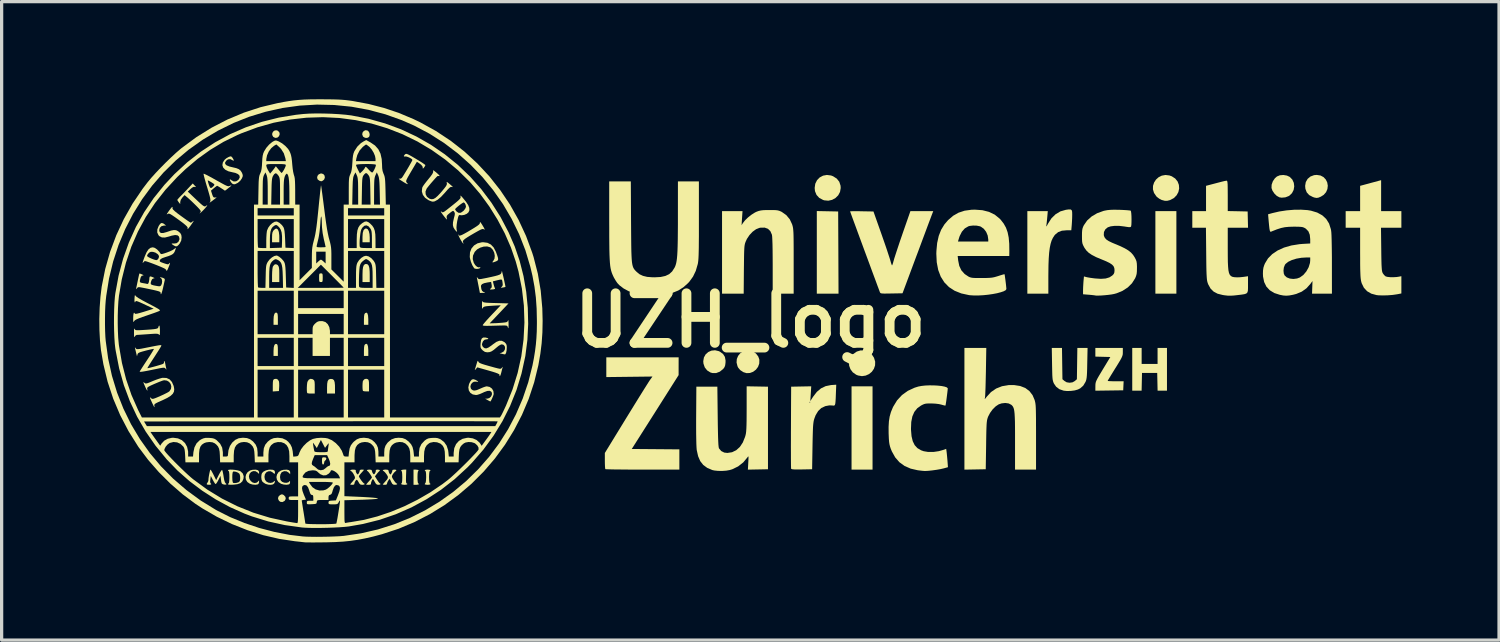
<source format=kicad_pcb>
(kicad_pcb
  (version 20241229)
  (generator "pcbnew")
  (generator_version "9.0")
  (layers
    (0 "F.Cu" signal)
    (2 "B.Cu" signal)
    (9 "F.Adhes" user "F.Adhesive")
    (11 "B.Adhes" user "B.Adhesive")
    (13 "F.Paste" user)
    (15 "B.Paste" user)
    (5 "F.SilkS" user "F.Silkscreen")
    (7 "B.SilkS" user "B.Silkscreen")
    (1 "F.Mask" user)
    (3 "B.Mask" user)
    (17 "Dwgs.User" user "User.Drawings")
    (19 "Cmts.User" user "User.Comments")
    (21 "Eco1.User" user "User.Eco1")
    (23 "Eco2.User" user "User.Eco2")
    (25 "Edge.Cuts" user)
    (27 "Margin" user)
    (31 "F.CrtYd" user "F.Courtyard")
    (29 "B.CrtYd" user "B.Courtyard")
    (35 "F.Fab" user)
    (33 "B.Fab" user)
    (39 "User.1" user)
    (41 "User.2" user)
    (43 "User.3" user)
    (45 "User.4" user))
  (footprint "UZH_logo"
    (layer "F.Cu")
    (at 19.996 6.793)
    (property "Reference" "UZH_logo" (at 0 0 0) (layer "F.SilkS") (effects (font (size 1.524 1.524) (thickness 0.3))))
    (attr board_only exclude_from_pos_files exclude_from_bom)
    (fp_poly (pts (xy 3.756 4.582) (xy 3.111 4.582) (xy 3.111 2.024) (xy 3.756 2.024)) (stroke (width 0) (type solid)) (fill yes) (layer "F.SilkS"))
    (fp_poly (pts (xy 13.089 -0.823) (xy 12.444 -0.823) (xy 12.444 -3.358) (xy 13.089 -3.358)) (stroke (width 0) (type solid)) (fill yes) (layer "F.SilkS"))
    (fp_poly (pts (xy 2.7 -3.347) (xy 2.706 -2.085) (xy 2.711 -0.823) (xy 2.044 -0.823) (xy 2.044 -3.36)) (stroke (width 0) (type solid)) (fill yes) (layer "F.SilkS"))
    (fp_poly (pts (xy -14.549 0.724) (xy -14.53 0.739) (xy -14.518 0.771) (xy -14.512 0.83) (xy -14.511 0.914) (xy -14.511 1.09) (xy -14.644 1.09) (xy -14.644 0.938) (xy -14.637 0.825) (xy -14.616 0.752) (xy -14.582 0.721)) (stroke (width 0) (type solid)) (fill yes) (layer "F.SilkS"))
    (fp_poly (pts (xy -14.548 -0.238) (xy -14.529 -0.222) (xy -14.518 -0.188) (xy -14.512 -0.126) (xy -14.511 -0.045) (xy -14.511 0.133) (xy -14.644 0.133) (xy -14.644 -0.018) (xy -14.637 -0.13) (xy -14.616 -0.205) (xy -14.583 -0.239)) (stroke (width 0) (type solid)) (fill yes) (layer "F.SilkS"))
    (fp_poly (pts (xy -11.76 -0.217) (xy -11.741 -0.151) (xy -11.733 -0.043) (xy -11.733 -0.031) (xy -11.733 0.133) (xy -11.867 0.133) (xy -11.867 -0.031) (xy -11.863 -0.129) (xy -11.853 -0.19) (xy -11.833 -0.222) (xy -11.791 -0.241)) (stroke (width 0) (type solid)) (fill yes) (layer "F.SilkS"))
    (fp_poly (pts (xy -11.76 0.74) (xy -11.741 0.806) (xy -11.733 0.913) (xy -11.733 0.926) (xy -11.733 1.09) (xy -11.867 1.09) (xy -11.867 0.926) (xy -11.863 0.827) (xy -11.853 0.766) (xy -11.833 0.734) (xy -11.791 0.716)) (stroke (width 0) (type solid)) (fill yes) (layer "F.SilkS"))
    (fp_poly (pts (xy -11.753 -2.804) (xy -11.718 -2.745) (xy -11.696 -2.654) (xy -11.689 -2.548) (xy -11.689 -2.402) (xy -11.911 -2.402) (xy -11.911 -2.564) (xy -11.903 -2.689) (xy -11.878 -2.773) (xy -11.835 -2.817) (xy -11.799 -2.825)) (stroke (width 0) (type solid)) (fill yes) (layer "F.SilkS"))
    (fp_poly (pts (xy -14.523 -5.832) (xy -14.469 -5.787) (xy -14.453 -5.725) (xy -14.476 -5.659) (xy -14.528 -5.615) (xy -14.591 -5.607) (xy -14.651 -5.637) (xy -14.654 -5.64) (xy -14.685 -5.696) (xy -14.682 -5.755) (xy -14.652 -5.805) (xy -14.603 -5.837) (xy -14.542 -5.839)) (stroke (width 0) (type solid)) (fill yes) (layer "F.SilkS"))
    (fp_poly (pts (xy -14.507 -2.788) (xy -14.481 -2.718) (xy -14.468 -2.614) (xy -14.467 -2.564) (xy -14.467 -2.402) (xy -14.689 -2.402) (xy -14.689 -2.555) (xy -14.686 -2.647) (xy -14.674 -2.71) (xy -14.65 -2.756) (xy -14.643 -2.766) (xy -14.59 -2.814) (xy -14.545 -2.821)) (stroke (width 0) (type solid)) (fill yes) (layer "F.SilkS"))
    (fp_poly (pts (xy -12.824 1.805) (xy -12.788 1.836) (xy -12.767 1.895) (xy -12.757 1.988) (xy -12.756 2.062) (xy -12.756 2.246) (xy -13 2.246) (xy -13 2.062) (xy -12.996 1.945) (xy -12.982 1.867) (xy -12.954 1.82) (xy -12.911 1.799) (xy -12.878 1.796)) (stroke (width 0) (type solid)) (fill yes) (layer "F.SilkS"))
    (fp_poly (pts (xy -11.754 -1.723) (xy -11.722 -1.684) (xy -11.701 -1.613) (xy -11.691 -1.506) (xy -11.689 -1.407) (xy -11.689 -1.179) (xy -11.911 -1.179) (xy -11.911 -1.407) (xy -11.907 -1.542) (xy -11.894 -1.638) (xy -11.87 -1.699) (xy -11.834 -1.729) (xy -11.8 -1.735)) (stroke (width 0) (type solid)) (fill yes) (layer "F.SilkS"))
    (fp_poly (pts (xy -14.357 5.348) (xy -14.325 5.368) (xy -14.278 5.42) (xy -14.269 5.481) (xy -14.301 5.54) (xy -14.307 5.546) (xy -14.371 5.579) (xy -14.436 5.571) (xy -14.476 5.54) (xy -14.506 5.479) (xy -14.496 5.417) (xy -14.448 5.366) (xy -14.441 5.362) (xy -14.395 5.342)) (stroke (width 0) (type solid)) (fill yes) (layer "F.SilkS"))
    (fp_poly (pts (xy -11.762 -5.835) (xy -11.732 -5.815) (xy -11.699 -5.762) (xy -11.69 -5.697) (xy -11.708 -5.64) (xy -11.716 -5.632) (xy -11.769 -5.606) (xy -11.833 -5.61) (xy -11.888 -5.642) (xy -11.9 -5.658) (xy -11.92 -5.719) (xy -11.907 -5.776) (xy -11.87 -5.82) (xy -11.819 -5.843)) (stroke (width 0) (type solid)) (fill yes) (layer "F.SilkS"))
    (fp_poly (pts (xy 12.022 1.335) (xy 12.511 1.335) (xy 12.511 0.845) (xy 12.8 0.845) (xy 12.8 2.157) (xy 12.512 2.157) (xy 12.506 1.885) (xy 12.5 1.613) (xy 12.033 1.613) (xy 12.027 1.885) (xy 12.021 2.157) (xy 11.733 2.157) (xy 11.733 0.845) (xy 12.022 0.845)) (stroke (width 0) (type solid)) (fill yes) (layer "F.SilkS"))
    (fp_poly (pts (xy -13.116 -4.497) (xy -13.078 -4.452) (xy -13.067 -4.394) (xy -13.085 -4.336) (xy -13.116 -4.305) (xy -13.156 -4.279) (xy -13.186 -4.275) (xy -13.229 -4.29) (xy -13.238 -4.293) (xy -13.288 -4.331) (xy -13.305 -4.384) (xy -13.294 -4.44) (xy -13.257 -4.487) (xy -13.198 -4.513) (xy -13.175 -4.515)) (stroke (width 0) (type solid)) (fill yes) (layer "F.SilkS"))
    (fp_poly (pts (xy -14.52 -1.705) (xy -14.507 -1.691) (xy -14.488 -1.659) (xy -14.476 -1.616) (xy -14.469 -1.55) (xy -14.467 -1.453) (xy -14.467 -1.41) (xy -14.467 -1.179) (xy -14.689 -1.179) (xy -14.689 -1.389) (xy -14.686 -1.488) (xy -14.679 -1.576) (xy -14.669 -1.638) (xy -14.663 -1.656) (xy -14.622 -1.711) (xy -14.571 -1.728)) (stroke (width 0) (type solid)) (fill yes) (layer "F.SilkS"))
    (fp_poly (pts (xy -14.51 1.818) (xy -14.477 1.874) (xy -14.477 1.876) (xy -14.471 1.927) (xy -14.469 2.001) (xy -14.471 2.047) (xy -14.478 2.169) (xy -14.572 2.175) (xy -14.667 2.182) (xy -14.667 2.004) (xy -14.665 1.913) (xy -14.66 1.856) (xy -14.648 1.823) (xy -14.627 1.804) (xy -14.622 1.802) (xy -14.563 1.792)) (stroke (width 0) (type solid)) (fill yes) (layer "F.SilkS"))
    (fp_poly (pts (xy -13.04 4.211) (xy -13.023 4.237) (xy -13.022 4.246) (xy -13.038 4.287) (xy -13.056 4.301) (xy -13.081 4.33) (xy -13.089 4.37) (xy -13.1 4.415) (xy -13.122 4.426) (xy -13.143 4.414) (xy -13.153 4.373) (xy -13.156 4.315) (xy -13.154 4.249) (xy -13.145 4.216) (xy -13.122 4.205) (xy -13.089 4.204)) (stroke (width 0) (type solid)) (fill yes) (layer "F.SilkS"))
    (fp_poly (pts (xy -11.756 1.802) (xy -11.733 1.819) (xy -11.72 1.849) (xy -11.713 1.9) (xy -11.711 1.985) (xy -11.711 2.003) (xy -11.711 2.18) (xy -11.796 2.18) (xy -11.855 2.176) (xy -11.893 2.167) (xy -11.896 2.165) (xy -11.905 2.135) (xy -11.91 2.076) (xy -11.911 2.003) (xy -11.908 1.931) (xy -11.902 1.875) (xy -11.897 1.858) (xy -11.859 1.81) (xy -11.802 1.791)) (stroke (width 0) (type solid)) (fill yes) (layer "F.SilkS"))
    (fp_poly (pts (xy -13.441 1.806) (xy -13.432 1.812) (xy -13.406 1.832) (xy -13.39 1.857) (xy -13.382 1.898) (xy -13.378 1.966) (xy -13.378 2.047) (xy -13.378 2.246) (xy -13.485 2.246) (xy -13.551 2.244) (xy -13.597 2.236) (xy -13.607 2.232) (xy -13.617 2.2) (xy -13.621 2.138) (xy -13.621 2.061) (xy -13.617 1.982) (xy -13.609 1.915) (xy -13.601 1.882) (xy -13.56 1.819) (xy -13.504 1.792)) (stroke (width 0) (type solid)) (fill yes) (layer "F.SilkS"))
    (fp_poly (pts (xy -13.158 -1.443) (xy -13.141 -1.427) (xy -13.135 -1.389) (xy -13.133 -1.317) (xy -13.133 -1.312) (xy -13.135 -1.238) (xy -13.141 -1.198) (xy -13.157 -1.182) (xy -13.187 -1.179) (xy -13.189 -1.179) (xy -13.22 -1.182) (xy -13.236 -1.197) (xy -13.243 -1.236) (xy -13.244 -1.308) (xy -13.244 -1.312) (xy -13.243 -1.386) (xy -13.237 -1.426) (xy -13.221 -1.442) (xy -13.191 -1.446) (xy -13.189 -1.446)) (stroke (width 0) (type solid)) (fill yes) (layer "F.SilkS"))
    (fp_poly (pts (xy -10.22 4.588) (xy -10.189 4.603) (xy -10.189 4.604) (xy -10.191 4.625) (xy -10.199 4.626) (xy -10.211 4.648) (xy -10.219 4.709) (xy -10.222 4.804) (xy -10.222 4.815) (xy -10.22 4.907) (xy -10.213 4.973) (xy -10.203 5.003) (xy -10.2 5.004) (xy -10.178 5.021) (xy -10.178 5.027) (xy -10.197 5.041) (xy -10.246 5.048) (xy -10.261 5.049) (xy -10.344 5.049) (xy -10.344 4.582) (xy -10.274 4.582)) (stroke (width 0) (type solid)) (fill yes) (layer "F.SilkS"))
    (fp_poly (pts (xy 2.48 -4.453) (xy 2.544 -4.429) (xy 2.658 -4.356) (xy 2.734 -4.26) (xy 2.773 -4.141) (xy 2.778 -4.068) (xy 2.757 -3.948) (xy 2.702 -3.844) (xy 2.618 -3.761) (xy 2.514 -3.704) (xy 2.398 -3.678) (xy 2.276 -3.689) (xy 2.237 -3.701) (xy 2.118 -3.765) (xy 2.035 -3.856) (xy 1.988 -3.971) (xy 1.978 -4.07) (xy 1.997 -4.2) (xy 2.051 -4.309) (xy 2.133 -4.393) (xy 2.237 -4.448) (xy 2.354 -4.469)) (stroke (width 0) (type solid)) (fill yes) (layer "F.SilkS"))
    (fp_poly (pts (xy 16.484 -4.45) (xy 16.571 -4.409) (xy 16.65 -4.328) (xy 16.696 -4.227) (xy 16.709 -4.118) (xy 16.691 -4.009) (xy 16.64 -3.91) (xy 16.559 -3.832) (xy 16.542 -3.822) (xy 16.436 -3.781) (xy 16.323 -3.771) (xy 16.253 -3.782) (xy 16.174 -3.825) (xy 16.1 -3.897) (xy 16.041 -3.984) (xy 16.011 -4.068) (xy 16.015 -4.17) (xy 16.052 -4.275) (xy 16.116 -4.368) (xy 16.178 -4.422) (xy 16.268 -4.459) (xy 16.376 -4.468)) (stroke (width 0) (type solid)) (fill yes) (layer "F.SilkS"))
    (fp_poly (pts (xy 17.516 -4.452) (xy 17.61 -4.402) (xy 17.679 -4.328) (xy 17.723 -4.238) (xy 17.74 -4.138) (xy 17.728 -4.036) (xy 17.687 -3.94) (xy 17.614 -3.857) (xy 17.524 -3.801) (xy 17.451 -3.771) (xy 17.394 -3.763) (xy 17.332 -3.774) (xy 17.282 -3.791) (xy 17.169 -3.85) (xy 17.093 -3.934) (xy 17.052 -4.043) (xy 17.044 -4.133) (xy 17.064 -4.251) (xy 17.121 -4.349) (xy 17.207 -4.421) (xy 17.319 -4.463) (xy 17.4 -4.47)) (stroke (width 0) (type solid)) (fill yes) (layer "F.SilkS"))
    (fp_poly (pts (xy -0.97 0.942) (xy -0.93 0.961) (xy -0.835 1.032) (xy -0.78 1.119) (xy -0.759 1.229) (xy -0.76 1.291) (xy -0.77 1.376) (xy -0.791 1.435) (xy -0.829 1.487) (xy -0.835 1.493) (xy -0.936 1.574) (xy -1.047 1.616) (xy -1.161 1.616) (xy -1.222 1.599) (xy -1.324 1.535) (xy -1.398 1.442) (xy -1.438 1.325) (xy -1.444 1.252) (xy -1.424 1.137) (xy -1.371 1.042) (xy -1.29 0.97) (xy -1.192 0.927) (xy -1.082 0.916)) (stroke (width 0) (type solid)) (fill yes) (layer "F.SilkS"))
    (fp_poly (pts (xy 0.075 0.945) (xy 0.17 1.013) (xy 0.182 1.025) (xy 0.245 1.107) (xy 0.276 1.193) (xy 0.279 1.211) (xy 0.276 1.324) (xy 0.239 1.426) (xy 0.174 1.512) (xy 0.088 1.577) (xy -0.01 1.614) (xy -0.114 1.619) (xy -0.211 1.589) (xy -0.306 1.527) (xy -0.368 1.455) (xy -0.392 1.408) (xy -0.421 1.291) (xy -0.413 1.184) (xy -0.373 1.088) (xy -0.309 1.01) (xy -0.225 0.952) (xy -0.129 0.919) (xy -0.027 0.916)) (stroke (width 0) (type solid)) (fill yes) (layer "F.SilkS"))
    (fp_poly (pts (xy 3.515 0.928) (xy 3.527 0.931) (xy 3.647 0.977) (xy 3.734 1.045) (xy 3.799 1.143) (xy 3.801 1.147) (xy 3.837 1.265) (xy 3.834 1.38) (xy 3.798 1.485) (xy 3.734 1.577) (xy 3.648 1.648) (xy 3.545 1.694) (xy 3.431 1.711) (xy 3.312 1.691) (xy 3.254 1.668) (xy 3.149 1.594) (xy 3.077 1.498) (xy 3.037 1.388) (xy 3.033 1.273) (xy 3.065 1.16) (xy 3.134 1.058) (xy 3.157 1.036) (xy 3.272 0.956) (xy 3.391 0.92)) (stroke (width 0) (type solid)) (fill yes) (layer "F.SilkS"))
    (fp_poly (pts (xy 12.873 -4.454) (xy 12.947 -4.428) (xy 13.053 -4.359) (xy 13.126 -4.269) (xy 13.166 -4.164) (xy 13.174 -4.054) (xy 13.151 -3.944) (xy 13.096 -3.844) (xy 13.012 -3.759) (xy 12.897 -3.698) (xy 12.891 -3.696) (xy 12.808 -3.675) (xy 12.732 -3.676) (xy 12.641 -3.7) (xy 12.633 -3.703) (xy 12.561 -3.741) (xy 12.49 -3.795) (xy 12.474 -3.812) (xy 12.402 -3.917) (xy 12.369 -4.026) (xy 12.371 -4.134) (xy 12.404 -4.236) (xy 12.462 -4.326) (xy 12.543 -4.399) (xy 12.641 -4.448) (xy 12.753 -4.468)) (stroke (width 0) (type solid)) (fill yes) (layer "F.SilkS"))
    (fp_poly (pts (xy -10.574 4.793) (xy -10.576 4.906) (xy -10.572 4.975) (xy -10.561 5.004) (xy -10.558 5.004) (xy -10.534 5.02) (xy -10.533 5.027) (xy -10.553 5.041) (xy -10.602 5.048) (xy -10.621 5.049) (xy -10.68 5.044) (xy -10.718 5.031) (xy -10.722 5.027) (xy -10.72 5.006) (xy -10.712 5.004) (xy -10.7 4.983) (xy -10.692 4.922) (xy -10.689 4.826) (xy -10.689 4.815) (xy -10.692 4.716) (xy -10.699 4.652) (xy -10.711 4.626) (xy -10.712 4.626) (xy -10.726 4.613) (xy -10.722 4.604) (xy -10.692 4.589) (xy -10.639 4.582) (xy -10.638 4.582) (xy -10.567 4.582)) (stroke (width 0) (type solid)) (fill yes) (layer "F.SilkS"))
    (fp_poly (pts (xy -15.12 4.602) (xy -15.09 4.644) (xy -15.089 4.66) (xy -15.089 4.715) (xy -15.133 4.671) (xy -15.199 4.631) (xy -15.27 4.628) (xy -15.334 4.656) (xy -15.381 4.712) (xy -15.4 4.789) (xy -15.4 4.792) (xy -15.384 4.87) (xy -15.342 4.934) (xy -15.285 4.978) (xy -15.22 4.995) (xy -15.158 4.98) (xy -15.135 4.962) (xy -15.089 4.915) (xy -15.089 4.969) (xy -15.102 5.015) (xy -15.124 5.035) (xy -15.199 5.048) (xy -15.291 5.04) (xy -15.371 5.016) (xy -15.448 4.963) (xy -15.492 4.892) (xy -15.504 4.811) (xy -15.486 4.732) (xy -15.44 4.661) (xy -15.367 4.61) (xy -15.292 4.588) (xy -15.187 4.583)) (stroke (width 0) (type solid)) (fill yes) (layer "F.SilkS"))
    (fp_poly (pts (xy -14.169 4.599) (xy -14.137 4.638) (xy -14.133 4.664) (xy -14.133 4.724) (xy -14.179 4.675) (xy -14.243 4.635) (xy -14.318 4.63) (xy -14.388 4.66) (xy -14.4 4.671) (xy -14.433 4.73) (xy -14.445 4.809) (xy -14.434 4.888) (xy -14.423 4.915) (xy -14.38 4.958) (xy -14.316 4.983) (xy -14.247 4.988) (xy -14.187 4.972) (xy -14.149 4.935) (xy -14.149 4.934) (xy -14.14 4.93) (xy -14.135 4.963) (xy -14.146 5.014) (xy -14.168 5.035) (xy -14.243 5.048) (xy -14.335 5.04) (xy -14.414 5.017) (xy -14.494 4.963) (xy -14.54 4.891) (xy -14.554 4.81) (xy -14.536 4.731) (xy -14.49 4.661) (xy -14.415 4.61) (xy -14.34 4.589) (xy -14.236 4.583)) (stroke (width 0) (type solid)) (fill yes) (layer "F.SilkS"))
    (fp_poly (pts (xy -9.855 4.587) (xy -9.824 4.599) (xy -9.822 4.604) (xy -9.839 4.626) (xy -9.844 4.626) (xy -9.855 4.647) (xy -9.863 4.705) (xy -9.867 4.791) (xy -9.867 4.815) (xy -9.864 4.907) (xy -9.857 4.973) (xy -9.847 5.003) (xy -9.844 5.004) (xy -9.823 5.021) (xy -9.822 5.027) (xy -9.842 5.041) (xy -9.891 5.048) (xy -9.911 5.049) (xy -9.967 5.044) (xy -9.998 5.033) (xy -10 5.028) (xy -9.984 4.998) (xy -9.978 4.993) (xy -9.967 4.966) (xy -9.96 4.906) (xy -9.956 4.825) (xy -9.956 4.803) (xy -9.958 4.715) (xy -9.965 4.654) (xy -9.976 4.627) (xy -9.978 4.626) (xy -9.999 4.609) (xy -10 4.604) (xy -9.98 4.59) (xy -9.931 4.582) (xy -9.911 4.582)) (stroke (width 0) (type solid)) (fill yes) (layer "F.SilkS"))
    (fp_poly (pts (xy -2.201 1.407) (xy -2.201 1.679) (xy -2.92 2.814) (xy -3.64 3.948) (xy -2.909 3.954) (xy -2.178 3.96) (xy -2.178 4.582) (xy -3.307 4.582) (xy -3.527 4.582) (xy -3.734 4.581) (xy -3.922 4.579) (xy -4.089 4.578) (xy -4.229 4.576) (xy -4.339 4.573) (xy -4.414 4.571) (xy -4.449 4.568) (xy -4.452 4.567) (xy -4.458 4.54) (xy -4.463 4.478) (xy -4.466 4.392) (xy -4.467 4.312) (xy -4.467 4.071) (xy -3.809 2.997) (xy -3.685 2.796) (xy -3.566 2.603) (xy -3.455 2.423) (xy -3.353 2.259) (xy -3.263 2.115) (xy -3.188 1.996) (xy -3.13 1.904) (xy -3.091 1.844) (xy -3.077 1.824) (xy -3.004 1.723) (xy -4.422 1.74) (xy -4.422 1.134) (xy -2.2 1.134)) (stroke (width 0) (type solid)) (fill yes) (layer "F.SilkS"))
    (fp_poly (pts (xy 11.444 0.971) (xy 11.443 1.016) (xy 11.439 1.056) (xy 11.426 1.098) (xy 11.404 1.149) (xy 11.369 1.214) (xy 11.317 1.301) (xy 11.246 1.417) (xy 11.211 1.472) (xy 11.14 1.587) (xy 11.077 1.689) (xy 11.027 1.772) (xy 10.993 1.829) (xy 10.978 1.856) (xy 10.978 1.857) (xy 10.999 1.862) (xy 11.055 1.865) (xy 11.137 1.868) (xy 11.223 1.868) (xy 11.469 1.868) (xy 11.462 2.007) (xy 11.456 2.146) (xy 11.028 2.152) (xy 10.6 2.158) (xy 10.601 2.019) (xy 10.602 1.97) (xy 10.607 1.928) (xy 10.617 1.886) (xy 10.638 1.836) (xy 10.67 1.773) (xy 10.718 1.689) (xy 10.785 1.578) (xy 10.831 1.501) (xy 11.06 1.123) (xy 10.6 1.111) (xy 10.6 0.845) (xy 11.444 0.845)) (stroke (width 0) (type solid)) (fill yes) (layer "F.SilkS"))
    (fp_poly (pts (xy -14.664 4.588) (xy -14.618 4.61) (xy -14.601 4.65) (xy -14.6 4.662) (xy -14.604 4.704) (xy -14.621 4.71) (xy -14.657 4.68) (xy -14.667 4.671) (xy -14.733 4.632) (xy -14.807 4.635) (xy -14.869 4.668) (xy -14.91 4.727) (xy -14.923 4.805) (xy -14.909 4.884) (xy -14.872 4.942) (xy -14.81 4.98) (xy -14.738 4.992) (xy -14.671 4.977) (xy -14.634 4.948) (xy -14.61 4.926) (xy -14.601 4.937) (xy -14.608 4.974) (xy -14.623 5.006) (xy -14.662 5.036) (xy -14.727 5.049) (xy -14.806 5.044) (xy -14.883 5.022) (xy -14.898 5.015) (xy -14.953 4.979) (xy -14.992 4.943) (xy -15.013 4.887) (xy -15.021 4.811) (xy -15.013 4.734) (xy -14.998 4.69) (xy -14.953 4.644) (xy -14.878 4.606) (xy -14.791 4.585) (xy -14.747 4.582)) (stroke (width 0) (type solid)) (fill yes) (layer "F.SilkS"))
    (fp_poly (pts (xy 9.582 1.325) (xy 9.589 1.806) (xy 9.651 1.859) (xy 9.72 1.9) (xy 9.806 1.913) (xy 9.811 1.913) (xy 9.899 1.901) (xy 9.968 1.862) (xy 9.971 1.859) (xy 10.033 1.806) (xy 10.04 1.325) (xy 10.047 0.845) (xy 10.361 0.845) (xy 10.351 1.318) (xy 10.348 1.479) (xy 10.344 1.602) (xy 10.339 1.694) (xy 10.332 1.763) (xy 10.323 1.814) (xy 10.311 1.856) (xy 10.296 1.891) (xy 10.227 2.005) (xy 10.136 2.085) (xy 10.065 2.121) (xy 9.969 2.149) (xy 9.849 2.165) (xy 9.727 2.168) (xy 9.626 2.157) (xy 9.495 2.112) (xy 9.396 2.037) (xy 9.329 1.94) (xy 9.312 1.903) (xy 9.3 1.866) (xy 9.29 1.822) (xy 9.283 1.764) (xy 9.278 1.686) (xy 9.275 1.58) (xy 9.272 1.441) (xy 9.27 1.34) (xy 9.262 0.845) (xy 9.575 0.845)) (stroke (width 0) (type solid)) (fill yes) (layer "F.SilkS"))
    (fp_poly (pts (xy -17.744 -3.477) (xy -17.748 -3.45) (xy -17.745 -3.428) (xy -17.721 -3.397) (xy -17.674 -3.353) (xy -17.598 -3.292) (xy -17.489 -3.211) (xy -17.482 -3.206) (xy -17.385 -3.136) (xy -17.301 -3.076) (xy -17.236 -3.032) (xy -17.196 -3.006) (xy -17.187 -3.003) (xy -17.159 -3.016) (xy -17.126 -3.042) (xy -17.101 -3.061) (xy -17.097 -3.056) (xy -17.116 -3.022) (xy -17.16 -2.958) (xy -17.195 -2.908) (xy -17.246 -2.841) (xy -17.278 -2.807) (xy -17.288 -2.808) (xy -17.281 -2.836) (xy -17.284 -2.859) (xy -17.31 -2.894) (xy -17.362 -2.942) (xy -17.443 -3.007) (xy -17.557 -3.091) (xy -17.67 -3.172) (xy -17.755 -3.23) (xy -17.812 -3.265) (xy -17.85 -3.28) (xy -17.877 -3.28) (xy -17.894 -3.272) (xy -17.918 -3.258) (xy -17.924 -3.262) (xy -17.911 -3.287) (xy -17.875 -3.34) (xy -17.833 -3.398) (xy -17.784 -3.462) (xy -17.753 -3.489)) (stroke (width 0) (type solid)) (fill yes) (layer "F.SilkS"))
    (fp_poly (pts (xy -8.361 1.245) (xy -8.354 1.261) (xy -8.343 1.281) (xy -8.323 1.299) (xy -8.287 1.317) (xy -8.232 1.338) (xy -8.15 1.364) (xy -8.038 1.396) (xy -7.889 1.437) (xy -7.85 1.448) (xy -7.76 1.471) (xy -7.704 1.483) (xy -7.67 1.484) (xy -7.649 1.475) (xy -7.631 1.455) (xy -7.606 1.426) (xy -7.603 1.432) (xy -7.611 1.457) (xy -7.625 1.505) (xy -7.642 1.575) (xy -7.65 1.607) (xy -7.668 1.668) (xy -7.686 1.706) (xy -7.694 1.713) (xy -7.705 1.699) (xy -7.703 1.695) (xy -7.698 1.674) (xy -7.714 1.654) (xy -7.754 1.631) (xy -7.825 1.604) (xy -7.929 1.571) (xy -8.054 1.535) (xy -8.385 1.441) (xy -8.428 1.493) (xy -8.456 1.523) (xy -8.461 1.517) (xy -8.458 1.506) (xy -8.445 1.464) (xy -8.425 1.395) (xy -8.408 1.34) (xy -8.387 1.272) (xy -8.373 1.242)) (stroke (width 0) (type solid)) (fill yes) (layer "F.SilkS"))
    (fp_poly (pts (xy -8.284 -3.01) (xy -8.248 -2.959) (xy -8.234 -2.936) (xy -8.184 -2.852) (xy -8.16 -2.802) (xy -8.162 -2.786) (xy -8.189 -2.802) (xy -8.209 -2.81) (xy -8.241 -2.805) (xy -8.292 -2.784) (xy -8.367 -2.744) (xy -8.461 -2.691) (xy -8.595 -2.613) (xy -8.694 -2.552) (xy -8.762 -2.506) (xy -8.804 -2.47) (xy -8.825 -2.442) (xy -8.828 -2.418) (xy -8.822 -2.401) (xy -8.807 -2.364) (xy -8.817 -2.362) (xy -8.838 -2.385) (xy -8.873 -2.438) (xy -8.91 -2.501) (xy -8.942 -2.565) (xy -8.964 -2.615) (xy -8.969 -2.641) (xy -8.969 -2.641) (xy -8.957 -2.637) (xy -8.956 -2.628) (xy -8.946 -2.608) (xy -8.917 -2.606) (xy -8.863 -2.624) (xy -8.783 -2.665) (xy -8.671 -2.728) (xy -8.589 -2.777) (xy -8.477 -2.845) (xy -8.398 -2.896) (xy -8.347 -2.934) (xy -8.318 -2.962) (xy -8.306 -2.986) (xy -8.305 -3.005) (xy -8.302 -3.024)) (stroke (width 0) (type solid)) (fill yes) (layer "F.SilkS"))
    (fp_poly (pts (xy 9.843 -3.408) (xy 9.874 -3.386) (xy 9.887 -3.336) (xy 9.889 -3.254) (xy 9.889 -3.249) (xy 9.887 -3.144) (xy 9.881 -3.024) (xy 9.875 -2.934) (xy 9.861 -2.769) (xy 9.714 -2.769) (xy 9.571 -2.756) (xy 9.458 -2.713) (xy 9.368 -2.639) (xy 9.343 -2.61) (xy 9.296 -2.537) (xy 9.256 -2.453) (xy 9.225 -2.352) (xy 9.2 -2.23) (xy 9.181 -2.083) (xy 9.168 -1.907) (xy 9.16 -1.696) (xy 9.157 -1.448) (xy 9.156 -1.34) (xy 9.156 -0.823) (xy 8.511 -0.823) (xy 8.511 -3.358) (xy 9.139 -3.358) (xy 9.124 -3.186) (xy 9.115 -3.091) (xy 9.106 -3.003) (xy 9.098 -2.939) (xy 9.098 -2.936) (xy 9.093 -2.896) (xy 9.097 -2.887) (xy 9.113 -2.911) (xy 9.145 -2.972) (xy 9.149 -2.978) (xy 9.252 -3.138) (xy 9.379 -3.262) (xy 9.526 -3.35) (xy 9.69 -3.397) (xy 9.692 -3.398) (xy 9.785 -3.41)) (stroke (width 0) (type solid)) (fill yes) (layer "F.SilkS"))
    (fp_poly (pts (xy -18.144 0.176) (xy -18.137 0.23) (xy -18.133 0.306) (xy -18.133 0.316) (xy -18.134 0.397) (xy -18.139 0.44) (xy -18.148 0.45) (xy -18.161 0.438) (xy -18.176 0.423) (xy -18.199 0.413) (xy -18.237 0.409) (xy -18.299 0.409) (xy -18.391 0.414) (xy -18.5 0.422) (xy -18.615 0.43) (xy -18.717 0.437) (xy -18.795 0.442) (xy -18.841 0.444) (xy -18.847 0.445) (xy -18.883 0.463) (xy -18.906 0.495) (xy -18.918 0.513) (xy -18.926 0.502) (xy -18.929 0.456) (xy -18.93 0.378) (xy -18.929 0.294) (xy -18.924 0.253) (xy -18.914 0.252) (xy -18.911 0.259) (xy -18.899 0.282) (xy -18.879 0.295) (xy -18.842 0.3) (xy -18.777 0.3) (xy -18.696 0.296) (xy -18.532 0.286) (xy -18.407 0.277) (xy -18.316 0.268) (xy -18.254 0.258) (xy -18.214 0.246) (xy -18.192 0.231) (xy -18.183 0.212) (xy -18.182 0.206) (xy -18.168 0.167) (xy -18.154 0.156)) (stroke (width 0) (type solid)) (fill yes) (layer "F.SilkS"))
    (fp_poly (pts (xy -18.034 -2.982) (xy -18 -2.958) (xy -17.944 -2.915) (xy -18.013 -2.914) (xy -18.088 -2.894) (xy -18.139 -2.842) (xy -18.156 -2.772) (xy -18.142 -2.715) (xy -18.102 -2.686) (xy -18.031 -2.686) (xy -17.928 -2.714) (xy -17.902 -2.723) (xy -17.789 -2.761) (xy -17.704 -2.777) (xy -17.638 -2.772) (xy -17.581 -2.745) (xy -17.577 -2.742) (xy -17.51 -2.686) (xy -17.477 -2.626) (xy -17.467 -2.551) (xy -17.48 -2.452) (xy -17.524 -2.365) (xy -17.562 -2.319) (xy -17.603 -2.282) (xy -17.642 -2.274) (xy -17.694 -2.296) (xy -17.717 -2.31) (xy -17.765 -2.343) (xy -17.772 -2.361) (xy -17.737 -2.365) (xy -17.702 -2.362) (xy -17.624 -2.372) (xy -17.565 -2.416) (xy -17.535 -2.485) (xy -17.533 -2.509) (xy -17.548 -2.576) (xy -17.591 -2.614) (xy -17.666 -2.624) (xy -17.772 -2.604) (xy -17.855 -2.578) (xy -17.978 -2.547) (xy -18.074 -2.55) (xy -18.149 -2.588) (xy -18.177 -2.617) (xy -18.216 -2.701) (xy -18.213 -2.798) (xy -18.171 -2.902) (xy -18.126 -2.968) (xy -18.083 -2.994)) (stroke (width 0) (type solid)) (fill yes) (layer "F.SilkS"))
    (fp_poly (pts (xy -15.901 4.584) (xy -15.821 4.592) (xy -15.744 4.605) (xy -15.682 4.623) (xy -15.656 4.635) (xy -15.588 4.702) (xy -15.56 4.785) (xy -15.568 4.864) (xy -15.602 4.942) (xy -15.66 4.996) (xy -15.748 5.029) (xy -15.873 5.045) (xy -15.879 5.045) (xy -15.976 5.047) (xy -16.031 5.041) (xy -16.044 5.029) (xy -16.029 5.006) (xy -16.022 5.004) (xy -16.011 4.983) (xy -16.004 4.926) (xy -16 4.84) (xy -16 4.815) (xy -15.911 4.815) (xy -15.907 4.917) (xy -15.895 4.975) (xy -15.883 4.99) (xy -15.833 4.996) (xy -15.767 4.987) (xy -15.71 4.966) (xy -15.697 4.957) (xy -15.676 4.917) (xy -15.668 4.853) (xy -15.671 4.782) (xy -15.686 4.723) (xy -15.694 4.708) (xy -15.738 4.674) (xy -15.801 4.649) (xy -15.862 4.639) (xy -15.883 4.643) (xy -15.9 4.67) (xy -15.909 4.738) (xy -15.911 4.815) (xy -16 4.815) (xy -16.002 4.723) (xy -16.009 4.658) (xy -16.019 4.628) (xy -16.022 4.626) (xy -16.043 4.609) (xy -16.044 4.601) (xy -16.025 4.588) (xy -15.973 4.582)) (stroke (width 0) (type solid)) (fill yes) (layer "F.SilkS"))
    (fp_poly (pts (xy -8.073 -2.385) (xy -7.968 -2.332) (xy -7.882 -2.241) (xy -7.814 -2.11) (xy -7.805 -2.086) (xy -7.768 -1.984) (xy -7.748 -1.915) (xy -7.745 -1.872) (xy -7.758 -1.844) (xy -7.789 -1.824) (xy -7.814 -1.813) (xy -7.885 -1.787) (xy -7.919 -1.783) (xy -7.917 -1.801) (xy -7.893 -1.831) (xy -7.856 -1.9) (xy -7.848 -1.987) (xy -7.865 -2.08) (xy -7.906 -2.166) (xy -7.966 -2.232) (xy -7.989 -2.247) (xy -8.081 -2.273) (xy -8.188 -2.268) (xy -8.295 -2.236) (xy -8.391 -2.182) (xy -8.463 -2.108) (xy -8.467 -2.101) (xy -8.517 -1.991) (xy -8.525 -1.884) (xy -8.493 -1.771) (xy -8.449 -1.7) (xy -8.396 -1.65) (xy -8.343 -1.629) (xy -8.309 -1.636) (xy -8.29 -1.634) (xy -8.289 -1.628) (xy -8.308 -1.602) (xy -8.354 -1.587) (xy -8.411 -1.583) (xy -8.461 -1.592) (xy -8.483 -1.607) (xy -8.537 -1.694) (xy -8.582 -1.804) (xy -8.611 -1.918) (xy -8.616 -1.957) (xy -8.609 -2.092) (xy -8.564 -2.209) (xy -8.485 -2.303) (xy -8.379 -2.368) (xy -8.249 -2.4) (xy -8.2 -2.402)) (stroke (width 0) (type solid)) (fill yes) (layer "F.SilkS"))
    (fp_poly (pts (xy -15.941 -5.036) (xy -15.913 -5.008) (xy -15.908 -5.001) (xy -15.877 -4.951) (xy -15.866 -4.916) (xy -15.876 -4.904) (xy -15.907 -4.923) (xy -15.907 -4.923) (xy -15.973 -4.956) (xy -16.042 -4.948) (xy -16.089 -4.915) (xy -16.13 -4.857) (xy -16.129 -4.806) (xy -16.084 -4.763) (xy -15.995 -4.727) (xy -15.902 -4.705) (xy -15.788 -4.678) (xy -15.709 -4.646) (xy -15.655 -4.601) (xy -15.615 -4.538) (xy -15.607 -4.519) (xy -15.589 -4.465) (xy -15.592 -4.421) (xy -15.616 -4.364) (xy -15.667 -4.29) (xy -15.738 -4.228) (xy -15.814 -4.19) (xy -15.859 -4.181) (xy -15.914 -4.203) (xy -15.955 -4.253) (xy -15.984 -4.308) (xy -15.985 -4.334) (xy -15.961 -4.326) (xy -15.934 -4.305) (xy -15.866 -4.269) (xy -15.792 -4.273) (xy -15.726 -4.316) (xy -15.72 -4.322) (xy -15.683 -4.388) (xy -15.688 -4.446) (xy -15.734 -4.495) (xy -15.817 -4.532) (xy -15.9 -4.55) (xy -16.029 -4.581) (xy -16.127 -4.63) (xy -16.19 -4.695) (xy -16.215 -4.77) (xy -16.201 -4.852) (xy -16.147 -4.935) (xy -16.093 -4.981) (xy -16.027 -5.019) (xy -16.024 -5.02) (xy -15.972 -5.04)) (stroke (width 0) (type solid)) (fill yes) (layer "F.SilkS"))
    (fp_poly (pts (xy -17.069 -4.147) (xy -17.033 -4.109) (xy -17.028 -4.096) (xy -17.051 -4.1) (xy -17.06 -4.102) (xy -17.101 -4.103) (xy -17.148 -4.077) (xy -17.193 -4.038) (xy -17.278 -3.958) (xy -17.067 -3.758) (xy -16.961 -3.658) (xy -16.883 -3.586) (xy -16.826 -3.538) (xy -16.786 -3.511) (xy -16.758 -3.501) (xy -16.737 -3.505) (xy -16.722 -3.515) (xy -16.687 -3.54) (xy -16.679 -3.536) (xy -16.696 -3.508) (xy -16.734 -3.46) (xy -16.781 -3.408) (xy -16.837 -3.351) (xy -16.881 -3.311) (xy -16.908 -3.29) (xy -16.913 -3.293) (xy -16.891 -3.323) (xy -16.888 -3.326) (xy -16.879 -3.347) (xy -16.886 -3.373) (xy -16.914 -3.412) (xy -16.968 -3.471) (xy -17.013 -3.517) (xy -17.094 -3.597) (xy -17.177 -3.677) (xy -17.25 -3.743) (xy -17.271 -3.762) (xy -17.376 -3.85) (xy -17.443 -3.777) (xy -17.493 -3.705) (xy -17.51 -3.639) (xy -17.511 -3.575) (xy -17.556 -3.631) (xy -17.586 -3.675) (xy -17.6 -3.701) (xy -17.6 -3.702) (xy -17.585 -3.724) (xy -17.548 -3.766) (xy -17.517 -3.799) (xy -17.464 -3.852) (xy -17.392 -3.926) (xy -17.315 -4.007) (xy -17.28 -4.044) (xy -17.126 -4.207)) (stroke (width 0) (type solid)) (fill yes) (layer "F.SilkS"))
    (fp_poly (pts (xy 19.378 -3.358) (xy 20 -3.358) (xy 20 -2.847) (xy 19.374 -2.847) (xy 19.382 -2.185) (xy 19.384 -1.992) (xy 19.387 -1.839) (xy 19.39 -1.719) (xy 19.395 -1.629) (xy 19.4 -1.562) (xy 19.407 -1.514) (xy 19.416 -1.48) (xy 19.427 -1.454) (xy 19.428 -1.452) (xy 19.468 -1.396) (xy 19.514 -1.355) (xy 19.517 -1.353) (xy 19.572 -1.338) (xy 19.656 -1.329) (xy 19.756 -1.328) (xy 19.856 -1.334) (xy 19.917 -1.343) (xy 20 -1.359) (xy 20 -0.829) (xy 19.872 -0.804) (xy 19.735 -0.784) (xy 19.582 -0.772) (xy 19.432 -0.768) (xy 19.299 -0.772) (xy 19.237 -0.779) (xy 19.076 -0.823) (xy 18.947 -0.898) (xy 18.848 -1.005) (xy 18.781 -1.143) (xy 18.768 -1.189) (xy 18.758 -1.235) (xy 18.75 -1.292) (xy 18.744 -1.366) (xy 18.74 -1.461) (xy 18.736 -1.582) (xy 18.734 -1.734) (xy 18.734 -1.923) (xy 18.733 -2.084) (xy 18.733 -2.847) (xy 18.289 -2.847) (xy 18.289 -3.358) (xy 18.733 -3.358) (xy 18.733 -4.135) (xy 18.828 -4.16) (xy 18.89 -4.177) (xy 18.981 -4.201) (xy 19.086 -4.23) (xy 19.15 -4.247) (xy 19.378 -4.309)) (stroke (width 0) (type solid)) (fill yes) (layer "F.SilkS"))
    (fp_poly (pts (xy -8.45 1.821) (xy -8.421 1.836) (xy -8.37 1.866) (xy -8.359 1.884) (xy -8.39 1.885) (xy -8.422 1.88) (xy -8.489 1.883) (xy -8.545 1.918) (xy -8.583 1.972) (xy -8.597 2.036) (xy -8.58 2.096) (xy -8.559 2.121) (xy -8.516 2.148) (xy -8.465 2.154) (xy -8.395 2.138) (xy -8.299 2.097) (xy -8.285 2.091) (xy -8.207 2.057) (xy -8.137 2.033) (xy -8.093 2.024) (xy -8.004 2.043) (xy -7.934 2.094) (xy -7.891 2.168) (xy -7.881 2.254) (xy -7.887 2.286) (xy -7.905 2.335) (xy -7.93 2.393) (xy -7.956 2.448) (xy -7.977 2.483) (xy -7.984 2.49) (xy -8.005 2.48) (xy -8.05 2.456) (xy -8.067 2.447) (xy -8.144 2.404) (xy -8.083 2.403) (xy -8.017 2.385) (xy -7.967 2.342) (xy -7.937 2.284) (xy -7.936 2.225) (xy -7.96 2.184) (xy -8.008 2.161) (xy -8.078 2.166) (xy -8.174 2.201) (xy -8.222 2.224) (xy -8.302 2.259) (xy -8.376 2.283) (xy -8.423 2.291) (xy -8.524 2.273) (xy -8.599 2.224) (xy -8.645 2.15) (xy -8.66 2.058) (xy -8.639 1.954) (xy -8.6 1.874) (xy -8.558 1.821) (xy -8.513 1.804)) (stroke (width 0) (type solid)) (fill yes) (layer "F.SilkS"))
    (fp_poly (pts (xy -16.564 4.6) (xy -16.535 4.65) (xy -16.497 4.72) (xy -16.486 4.743) (xy -16.406 4.904) (xy -16.325 4.742) (xy -16.285 4.669) (xy -16.251 4.616) (xy -16.228 4.592) (xy -16.224 4.592) (xy -16.212 4.618) (xy -16.198 4.677) (xy -16.183 4.759) (xy -16.178 4.793) (xy -16.159 4.902) (xy -16.138 4.971) (xy -16.115 5.003) (xy -16.115 5.003) (xy -16.089 5.026) (xy -16.102 5.041) (xy -16.143 5.043) (xy -16.175 5.038) (xy -16.213 5.026) (xy -16.236 5.004) (xy -16.249 4.958) (xy -16.257 4.899) (xy -16.273 4.774) (xy -16.337 4.9) (xy -16.373 4.966) (xy -16.404 5.011) (xy -16.422 5.027) (xy -16.443 5.008) (xy -16.475 4.96) (xy -16.507 4.901) (xy -16.571 4.775) (xy -16.586 4.884) (xy -16.591 4.956) (xy -16.584 4.996) (xy -16.578 5.001) (xy -16.556 5.023) (xy -16.556 5.028) (xy -16.574 5.042) (xy -16.617 5.048) (xy -16.664 5.046) (xy -16.695 5.035) (xy -16.695 5.035) (xy -16.693 5.011) (xy -16.677 4.989) (xy -16.65 4.94) (xy -16.644 4.91) (xy -16.641 4.856) (xy -16.631 4.784) (xy -16.617 4.708) (xy -16.602 4.641) (xy -16.589 4.595) (xy -16.58 4.582)) (stroke (width 0) (type solid)) (fill yes) (layer "F.SilkS"))
    (fp_poly (pts (xy -8.128 0.526) (xy -8.071 0.541) (xy -8.046 0.559) (xy -8.056 0.573) (xy -8.094 0.579) (xy -8.158 0.591) (xy -8.203 0.633) (xy -8.219 0.66) (xy -8.242 0.73) (xy -8.228 0.789) (xy -8.198 0.825) (xy -8.155 0.854) (xy -8.106 0.858) (xy -8.043 0.833) (xy -7.961 0.778) (xy -7.903 0.733) (xy -7.798 0.659) (xy -7.709 0.624) (xy -7.63 0.626) (xy -7.555 0.664) (xy -7.54 0.676) (xy -7.498 0.723) (xy -7.481 0.776) (xy -7.479 0.827) (xy -7.485 0.924) (xy -7.501 0.996) (xy -7.523 1.037) (xy -7.539 1.043) (xy -7.58 1.036) (xy -7.633 1.024) (xy -7.7 1.008) (xy -7.638 0.991) (xy -7.579 0.957) (xy -7.543 0.905) (xy -7.531 0.845) (xy -7.543 0.789) (xy -7.58 0.748) (xy -7.635 0.734) (xy -7.677 0.748) (xy -7.736 0.785) (xy -7.792 0.831) (xy -7.877 0.903) (xy -7.942 0.947) (xy -8.001 0.971) (xy -8.063 0.978) (xy -8.078 0.979) (xy -8.15 0.967) (xy -8.213 0.924) (xy -8.227 0.911) (xy -8.264 0.87) (xy -8.283 0.831) (xy -8.288 0.78) (xy -8.284 0.71) (xy -8.271 0.612) (xy -8.246 0.553) (xy -8.204 0.525) (xy -8.14 0.524)) (stroke (width 0) (type solid)) (fill yes) (layer "F.SilkS"))
    (fp_poly (pts (xy -18.89 -0.769) (xy -18.888 -0.764) (xy -18.859 -0.733) (xy -18.791 -0.686) (xy -18.681 -0.622) (xy -18.532 -0.542) (xy -18.518 -0.535) (xy -18.382 -0.464) (xy -18.281 -0.41) (xy -18.21 -0.371) (xy -18.165 -0.342) (xy -18.141 -0.323) (xy -18.135 -0.309) (xy -18.14 -0.297) (xy -18.141 -0.296) (xy -18.167 -0.284) (xy -18.227 -0.26) (xy -18.316 -0.228) (xy -18.425 -0.19) (xy -18.529 -0.154) (xy -18.669 -0.106) (xy -18.772 -0.068) (xy -18.844 -0.038) (xy -18.89 -0.013) (xy -18.918 0.01) (xy -18.927 0.024) (xy -18.942 0.048) (xy -18.95 0.045) (xy -18.954 0.008) (xy -18.955 -0.066) (xy -18.955 -0.071) (xy -18.952 -0.148) (xy -18.944 -0.207) (xy -18.933 -0.234) (xy -18.913 -0.232) (xy -18.911 -0.224) (xy -18.904 -0.208) (xy -18.88 -0.202) (xy -18.832 -0.209) (xy -18.756 -0.228) (xy -18.646 -0.26) (xy -18.581 -0.28) (xy -18.326 -0.36) (xy -18.524 -0.453) (xy -18.651 -0.513) (xy -18.744 -0.555) (xy -18.808 -0.581) (xy -18.848 -0.594) (xy -18.871 -0.595) (xy -18.882 -0.586) (xy -18.884 -0.583) (xy -18.899 -0.554) (xy -18.91 -0.565) (xy -18.916 -0.609) (xy -18.914 -0.684) (xy -18.914 -0.684) (xy -18.908 -0.752) (xy -18.9 -0.78)) (stroke (width 0) (type solid)) (fill yes) (layer "F.SilkS"))
    (fp_poly (pts (xy -10.881 4.588) (xy -10.87 4.607) (xy -10.901 4.638) (xy -10.906 4.64) (xy -10.944 4.677) (xy -10.982 4.73) (xy -10.983 4.731) (xy -11.003 4.771) (xy -11.007 4.803) (xy -10.992 4.842) (xy -10.955 4.901) (xy -10.915 4.958) (xy -10.882 4.996) (xy -10.867 5.004) (xy -10.845 5.021) (xy -10.844 5.027) (xy -10.864 5.042) (xy -10.911 5.048) (xy -10.917 5.048) (xy -10.965 5.042) (xy -10.997 5.018) (xy -11.028 4.963) (xy -11.031 4.956) (xy -11.074 4.864) (xy -11.115 4.914) (xy -11.145 4.966) (xy -11.156 5.007) (xy -11.167 5.038) (xy -11.209 5.049) (xy -11.222 5.049) (xy -11.269 5.046) (xy -11.289 5.04) (xy -11.289 5.04) (xy -11.275 5.02) (xy -11.24 4.98) (xy -11.221 4.959) (xy -11.162 4.891) (xy -11.133 4.842) (xy -11.131 4.799) (xy -11.156 4.75) (xy -11.178 4.718) (xy -11.22 4.665) (xy -11.255 4.632) (xy -11.267 4.626) (xy -11.288 4.609) (xy -11.289 4.604) (xy -11.269 4.59) (xy -11.22 4.582) (xy -11.2 4.582) (xy -11.141 4.586) (xy -11.115 4.602) (xy -11.111 4.622) (xy -11.098 4.672) (xy -11.081 4.704) (xy -11.057 4.731) (xy -11.04 4.723) (xy -11.02 4.691) (xy -11 4.642) (xy -10.996 4.61) (xy -10.981 4.589) (xy -10.934 4.582)) (stroke (width 0) (type solid)) (fill yes) (layer "F.SilkS"))
    (fp_poly (pts (xy -10.533 -5.109) (xy -10.485 -5.087) (xy -10.414 -5.048) (xy -10.313 -4.989) (xy -10.272 -4.965) (xy -10.171 -4.904) (xy -10.085 -4.85) (xy -10.021 -4.806) (xy -9.985 -4.778) (xy -9.98 -4.771) (xy -9.992 -4.74) (xy -10.023 -4.695) (xy -10.025 -4.693) (xy -10.053 -4.664) (xy -10.06 -4.669) (xy -10.059 -4.675) (xy -10.065 -4.724) (xy -10.108 -4.781) (xy -10.182 -4.837) (xy -10.241 -4.874) (xy -10.399 -4.606) (xy -10.469 -4.487) (xy -10.519 -4.4) (xy -10.55 -4.339) (xy -10.567 -4.298) (xy -10.57 -4.27) (xy -10.563 -4.249) (xy -10.548 -4.229) (xy -10.544 -4.225) (xy -10.519 -4.192) (xy -10.53 -4.186) (xy -10.576 -4.207) (xy -10.658 -4.255) (xy -10.661 -4.258) (xy -10.741 -4.309) (xy -10.787 -4.343) (xy -10.799 -4.358) (xy -10.774 -4.353) (xy -10.731 -4.358) (xy -10.705 -4.378) (xy -10.68 -4.411) (xy -10.641 -4.472) (xy -10.593 -4.551) (xy -10.539 -4.64) (xy -10.486 -4.73) (xy -10.439 -4.813) (xy -10.402 -4.879) (xy -10.381 -4.921) (xy -10.378 -4.931) (xy -10.397 -4.957) (xy -10.444 -4.988) (xy -10.504 -5.016) (xy -10.561 -5.035) (xy -10.601 -5.037) (xy -10.601 -5.037) (xy -10.637 -5.035) (xy -10.64 -5.056) (xy -10.611 -5.095) (xy -10.604 -5.101) (xy -10.586 -5.113) (xy -10.565 -5.117)) (stroke (width 0) (type solid)) (fill yes) (layer "F.SilkS"))
    (fp_poly (pts (xy 0.544 2.035) (xy 0.544 4.571) (xy 0.236 4.577) (xy -0.073 4.583) (xy -0.061 4.366) (xy -0.056 4.267) (xy -0.054 4.207) (xy -0.057 4.179) (xy -0.066 4.178) (xy -0.081 4.197) (xy -0.085 4.204) (xy -0.215 4.36) (xy -0.373 4.484) (xy -0.554 4.572) (xy -0.63 4.595) (xy -0.736 4.614) (xy -0.863 4.623) (xy -0.992 4.621) (xy -1.106 4.609) (xy -1.167 4.595) (xy -1.322 4.529) (xy -1.444 4.439) (xy -1.537 4.321) (xy -1.602 4.171) (xy -1.643 3.986) (xy -1.646 3.966) (xy -1.651 3.899) (xy -1.656 3.793) (xy -1.659 3.653) (xy -1.662 3.483) (xy -1.663 3.289) (xy -1.663 3.076) (xy -1.662 2.914) (xy -1.656 2.035) (xy -1.011 2.035) (xy -1 2.958) (xy -0.997 3.207) (xy -0.993 3.413) (xy -0.989 3.581) (xy -0.984 3.713) (xy -0.979 3.811) (xy -0.972 3.879) (xy -0.965 3.919) (xy -0.961 3.929) (xy -0.892 4.012) (xy -0.798 4.059) (xy -0.703 4.07) (xy -0.559 4.048) (xy -0.431 3.986) (xy -0.32 3.886) (xy -0.229 3.749) (xy -0.16 3.576) (xy -0.144 3.521) (xy -0.134 3.473) (xy -0.126 3.41) (xy -0.12 3.327) (xy -0.116 3.22) (xy -0.113 3.083) (xy -0.112 2.912) (xy -0.111 2.708) (xy -0.111 2.023)) (stroke (width 0) (type solid)) (fill yes) (layer "F.SilkS"))
    (fp_poly (pts (xy 2.63 2.249) (xy 2.625 2.387) (xy 2.619 2.486) (xy 2.612 2.553) (xy 2.601 2.593) (xy 2.584 2.612) (xy 2.559 2.617) (xy 2.525 2.613) (xy 2.513 2.611) (xy 2.423 2.61) (xy 2.316 2.63) (xy 2.304 2.633) (xy 2.184 2.689) (xy 2.086 2.781) (xy 2.008 2.911) (xy 1.973 3.002) (xy 1.959 3.046) (xy 1.948 3.09) (xy 1.94 3.142) (xy 1.933 3.205) (xy 1.927 3.286) (xy 1.923 3.39) (xy 1.919 3.523) (xy 1.915 3.69) (xy 1.912 3.859) (xy 1.9 4.571) (xy 1.583 4.577) (xy 1.45 4.578) (xy 1.356 4.577) (xy 1.296 4.572) (xy 1.263 4.563) (xy 1.255 4.555) (xy 1.253 4.528) (xy 1.251 4.46) (xy 1.25 4.357) (xy 1.249 4.221) (xy 1.249 4.057) (xy 1.248 3.869) (xy 1.249 3.661) (xy 1.249 3.438) (xy 1.25 3.281) (xy 1.253 2.513) (xy 1.822 2.513) (xy 1.83 2.532) (xy 1.837 2.528) (xy 1.84 2.502) (xy 1.837 2.498) (xy 1.824 2.502) (xy 1.822 2.513) (xy 1.253 2.513) (xy 1.256 2.035) (xy 1.564 2.029) (xy 1.873 2.023) (xy 1.859 2.25) (xy 1.844 2.477) (xy 1.929 2.345) (xy 2.044 2.195) (xy 2.172 2.087) (xy 2.316 2.018) (xy 2.48 1.985) (xy 2.492 1.984) (xy 2.641 1.974)) (stroke (width 0) (type solid)) (fill yes) (layer "F.SilkS"))
    (fp_poly (pts (xy -8.225 -0.591) (xy -8.224 -0.589) (xy -8.215 -0.573) (xy -8.198 -0.561) (xy -8.167 -0.553) (xy -8.116 -0.546) (xy -8.037 -0.541) (xy -7.925 -0.537) (xy -7.816 -0.534) (xy -7.426 -0.523) (xy -7.715 -0.217) (xy -8.005 0.089) (xy -7.886 0.086) (xy -7.798 0.083) (xy -7.692 0.076) (xy -7.612 0.07) (xy -7.53 0.061) (xy -7.481 0.05) (xy -7.456 0.032) (xy -7.443 0.004) (xy -7.442 0) (xy -7.433 -0.013) (xy -7.428 0.017) (xy -7.425 0.089) (xy -7.424 0.095) (xy -7.425 0.186) (xy -7.429 0.233) (xy -7.437 0.239) (xy -7.45 0.204) (xy -7.452 0.197) (xy -7.458 0.18) (xy -7.469 0.167) (xy -7.492 0.159) (xy -7.534 0.155) (xy -7.601 0.155) (xy -7.699 0.157) (xy -7.834 0.161) (xy -7.844 0.161) (xy -7.985 0.165) (xy -8.087 0.166) (xy -8.156 0.165) (xy -8.197 0.16) (xy -8.215 0.152) (xy -8.218 0.142) (xy -8.201 0.117) (xy -8.158 0.065) (xy -8.095 -0.007) (xy -8.016 -0.094) (xy -7.938 -0.177) (xy -7.664 -0.466) (xy -7.882 -0.454) (xy -8.007 -0.446) (xy -8.095 -0.438) (xy -8.153 -0.428) (xy -8.189 -0.414) (xy -8.21 -0.394) (xy -8.222 -0.372) (xy -8.232 -0.358) (xy -8.239 -0.38) (xy -8.241 -0.443) (xy -8.241 -0.478) (xy -8.239 -0.555) (xy -8.234 -0.594)) (stroke (width 0) (type solid)) (fill yes) (layer "F.SilkS"))
    (fp_poly (pts (xy -11.886 4.584) (xy -11.867 4.59) (xy -11.867 4.59) (xy -11.881 4.609) (xy -11.916 4.65) (xy -11.944 4.68) (xy -11.989 4.732) (xy -12.017 4.772) (xy -12.022 4.785) (xy -12.01 4.817) (xy -11.98 4.868) (xy -11.94 4.925) (xy -11.902 4.973) (xy -11.872 5.002) (xy -11.866 5.004) (xy -11.845 5.021) (xy -11.844 5.027) (xy -11.864 5.042) (xy -11.911 5.049) (xy -11.918 5.049) (xy -11.971 5.042) (xy -12.005 5.013) (xy -12.029 4.971) (xy -12.058 4.921) (xy -12.083 4.895) (xy -12.088 4.893) (xy -12.115 4.912) (xy -12.142 4.954) (xy -12.159 5) (xy -12.159 5.021) (xy -12.174 5.042) (xy -12.221 5.049) (xy -12.269 5.046) (xy -12.289 5.039) (xy -12.289 5.039) (xy -12.275 5.018) (xy -12.241 4.977) (xy -12.222 4.956) (xy -12.178 4.902) (xy -12.147 4.854) (xy -12.142 4.842) (xy -12.146 4.803) (xy -12.17 4.747) (xy -12.203 4.689) (xy -12.239 4.644) (xy -12.267 4.626) (xy -12.288 4.609) (xy -12.289 4.604) (xy -12.269 4.59) (xy -12.22 4.582) (xy -12.198 4.582) (xy -12.139 4.586) (xy -12.117 4.599) (xy -12.118 4.613) (xy -12.115 4.652) (xy -12.095 4.694) (xy -12.068 4.727) (xy -12.049 4.726) (xy -12.03 4.703) (xy -12.005 4.652) (xy -12 4.622) (xy -11.987 4.592) (xy -11.943 4.582) (xy -11.933 4.582)) (stroke (width 0) (type solid)) (fill yes) (layer "F.SilkS"))
    (fp_poly (pts (xy -11.398 4.589) (xy -11.376 4.607) (xy -11.388 4.627) (xy -11.395 4.63) (xy -11.418 4.651) (xy -11.455 4.694) (xy -11.47 4.713) (xy -11.529 4.789) (xy -11.462 4.897) (xy -11.423 4.955) (xy -11.391 4.994) (xy -11.376 5.004) (xy -11.356 5.021) (xy -11.356 5.027) (xy -11.375 5.042) (xy -11.421 5.049) (xy -11.422 5.049) (xy -11.468 5.042) (xy -11.503 5.012) (xy -11.533 4.96) (xy -11.563 4.907) (xy -11.584 4.875) (xy -11.589 4.871) (xy -11.608 4.889) (xy -11.63 4.933) (xy -11.647 4.982) (xy -11.651 5.018) (xy -11.651 5.021) (xy -11.661 5.041) (xy -11.712 5.049) (xy -11.72 5.049) (xy -11.773 5.047) (xy -11.799 5.043) (xy -11.8 5.041) (xy -11.786 5.023) (xy -11.75 4.981) (xy -11.711 4.938) (xy -11.663 4.883) (xy -11.631 4.84) (xy -11.622 4.822) (xy -11.634 4.791) (xy -11.663 4.742) (xy -11.7 4.689) (xy -11.735 4.645) (xy -11.758 4.626) (xy -11.759 4.626) (xy -11.777 4.609) (xy -11.778 4.604) (xy -11.758 4.589) (xy -11.71 4.582) (xy -11.7 4.582) (xy -11.645 4.588) (xy -11.623 4.609) (xy -11.622 4.621) (xy -11.608 4.67) (xy -11.59 4.7) (xy -11.566 4.726) (xy -11.546 4.719) (xy -11.526 4.692) (xy -11.505 4.645) (xy -11.504 4.613) (xy -11.499 4.59) (xy -11.458 4.582) (xy -11.447 4.582)) (stroke (width 0) (type solid)) (fill yes) (layer "F.SilkS"))
    (fp_poly (pts (xy -9.726 -4.608) (xy -9.714 -4.599) (xy -9.648 -4.547) (xy -9.593 -4.498) (xy -9.555 -4.459) (xy -9.54 -4.436) (xy -9.547 -4.434) (xy -9.593 -4.438) (xy -9.612 -4.431) (xy -9.638 -4.405) (xy -9.685 -4.354) (xy -9.744 -4.287) (xy -9.808 -4.214) (xy -9.867 -4.143) (xy -9.915 -4.083) (xy -9.941 -4.049) (xy -9.976 -3.961) (xy -9.971 -3.874) (xy -9.93 -3.797) (xy -9.855 -3.741) (xy -9.845 -3.737) (xy -9.789 -3.723) (xy -9.734 -3.73) (xy -9.674 -3.762) (xy -9.603 -3.824) (xy -9.515 -3.917) (xy -9.476 -3.962) (xy -9.402 -4.051) (xy -9.354 -4.114) (xy -9.328 -4.158) (xy -9.318 -4.192) (xy -9.321 -4.217) (xy -9.327 -4.247) (xy -9.319 -4.254) (xy -9.292 -4.237) (xy -9.239 -4.194) (xy -9.234 -4.19) (xy -9.171 -4.136) (xy -9.141 -4.106) (xy -9.14 -4.095) (xy -9.167 -4.1) (xy -9.175 -4.103) (xy -9.201 -4.101) (xy -9.237 -4.077) (xy -9.288 -4.028) (xy -9.358 -3.948) (xy -9.378 -3.925) (xy -9.497 -3.797) (xy -9.602 -3.708) (xy -9.694 -3.658) (xy -9.75 -3.648) (xy -9.793 -3.657) (xy -9.856 -3.682) (xy -9.89 -3.698) (xy -9.99 -3.769) (xy -10.057 -3.859) (xy -10.088 -3.962) (xy -10.078 -4.069) (xy -10.068 -4.097) (xy -10.046 -4.134) (xy -10.002 -4.196) (xy -9.942 -4.273) (xy -9.89 -4.337) (xy -9.814 -4.431) (xy -9.766 -4.499) (xy -9.743 -4.547) (xy -9.74 -4.576) (xy -9.743 -4.611)) (stroke (width 0) (type solid)) (fill yes) (layer "F.SilkS"))
    (fp_poly (pts (xy 0.705 -3.391) (xy 0.787 -3.388) (xy 0.847 -3.38) (xy 0.896 -3.366) (xy 0.945 -3.345) (xy 0.97 -3.332) (xy 1.107 -3.235) (xy 1.213 -3.107) (xy 1.286 -2.951) (xy 1.289 -2.94) (xy 1.3 -2.903) (xy 1.309 -2.865) (xy 1.316 -2.821) (xy 1.321 -2.767) (xy 1.326 -2.698) (xy 1.329 -2.609) (xy 1.331 -2.497) (xy 1.332 -2.357) (xy 1.333 -2.184) (xy 1.333 -1.974) (xy 1.333 -1.81) (xy 1.333 -0.823) (xy 0.689 -0.823) (xy 0.689 -1.685) (xy 0.688 -1.936) (xy 0.686 -2.152) (xy 0.683 -2.331) (xy 0.678 -2.471) (xy 0.673 -2.572) (xy 0.666 -2.629) (xy 0.664 -2.636) (xy 0.617 -2.743) (xy 0.543 -2.815) (xy 0.444 -2.851) (xy 0.32 -2.85) (xy 0.281 -2.843) (xy 0.178 -2.802) (xy 0.073 -2.726) (xy -0.023 -2.624) (xy -0.102 -2.506) (xy -0.135 -2.435) (xy -0.15 -2.398) (xy -0.162 -2.362) (xy -0.171 -2.322) (xy -0.178 -2.274) (xy -0.183 -2.211) (xy -0.187 -2.129) (xy -0.19 -2.022) (xy -0.192 -1.885) (xy -0.194 -1.713) (xy -0.196 -1.562) (xy -0.202 -0.823) (xy -0.867 -0.823) (xy -0.867 -3.358) (xy -0.238 -3.358) (xy -0.253 -3.142) (xy -0.267 -2.925) (xy -0.226 -2.992) (xy -0.161 -3.075) (xy -0.069 -3.164) (xy 0.037 -3.248) (xy 0.141 -3.314) (xy 0.195 -3.34) (xy 0.259 -3.363) (xy 0.323 -3.378) (xy 0.398 -3.387) (xy 0.496 -3.391) (xy 0.589 -3.391)) (stroke (width 0) (type solid)) (fill yes) (layer "F.SilkS"))
    (fp_poly (pts (xy 5.576 -3.242) (xy 5.56 -3.199) (xy 5.53 -3.119) (xy 5.487 -3.006) (xy 5.434 -2.864) (xy 5.372 -2.697) (xy 5.302 -2.51) (xy 5.227 -2.308) (xy 5.147 -2.093) (xy 5.104 -1.98) (xy 4.677 -0.834) (xy 4.338 -0.828) (xy 4.209 -0.826) (xy 4.117 -0.825) (xy 4.056 -0.828) (xy 4.018 -0.833) (xy 3.997 -0.843) (xy 3.986 -0.859) (xy 3.98 -0.872) (xy 3.95 -0.954) (xy 3.908 -1.065) (xy 3.858 -1.202) (xy 3.799 -1.36) (xy 3.734 -1.535) (xy 3.665 -1.723) (xy 3.593 -1.918) (xy 3.519 -2.117) (xy 3.446 -2.315) (xy 3.375 -2.508) (xy 3.307 -2.692) (xy 3.245 -2.862) (xy 3.189 -3.013) (xy 3.142 -3.141) (xy 3.105 -3.243) (xy 3.08 -3.313) (xy 3.067 -3.347) (xy 3.067 -3.35) (xy 3.088 -3.353) (xy 3.146 -3.355) (xy 3.233 -3.355) (xy 3.343 -3.355) (xy 3.426 -3.353) (xy 3.784 -3.347) (xy 4.024 -2.669) (xy 4.084 -2.497) (xy 4.142 -2.331) (xy 4.194 -2.178) (xy 4.238 -2.044) (xy 4.273 -1.937) (xy 4.297 -1.862) (xy 4.303 -1.84) (xy 4.324 -1.766) (xy 4.342 -1.713) (xy 4.354 -1.69) (xy 4.355 -1.69) (xy 4.366 -1.71) (xy 4.384 -1.762) (xy 4.404 -1.836) (xy 4.406 -1.84) (xy 4.422 -1.899) (xy 4.452 -1.992) (xy 4.492 -2.115) (xy 4.54 -2.26) (xy 4.594 -2.422) (xy 4.653 -2.593) (xy 4.681 -2.675) (xy 4.919 -3.358) (xy 5.621 -3.358)) (stroke (width 0) (type solid)) (fill yes) (layer "F.SilkS"))
    (fp_poly (pts (xy 7.238 1.574) (xy 7.234 1.752) (xy 7.23 1.919) (xy 7.226 2.068) (xy 7.221 2.194) (xy 7.217 2.291) (xy 7.212 2.352) (xy 7.21 2.369) (xy 7.202 2.406) (xy 7.207 2.414) (xy 7.228 2.389) (xy 7.261 2.346) (xy 7.394 2.201) (xy 7.552 2.092) (xy 7.734 2.02) (xy 7.937 1.986) (xy 8.103 1.985) (xy 8.291 2.014) (xy 8.448 2.075) (xy 8.574 2.169) (xy 8.671 2.295) (xy 8.734 2.442) (xy 8.744 2.479) (xy 8.753 2.517) (xy 8.76 2.56) (xy 8.766 2.614) (xy 8.77 2.683) (xy 8.773 2.771) (xy 8.775 2.883) (xy 8.777 3.022) (xy 8.777 3.194) (xy 8.778 3.403) (xy 8.778 3.583) (xy 8.778 4.582) (xy 8.133 4.582) (xy 8.133 3.713) (xy 8.133 3.471) (xy 8.132 3.27) (xy 8.13 3.105) (xy 8.125 2.971) (xy 8.119 2.866) (xy 8.11 2.784) (xy 8.099 2.722) (xy 8.083 2.676) (xy 8.064 2.64) (xy 8.041 2.612) (xy 8.018 2.591) (xy 7.938 2.55) (xy 7.835 2.535) (xy 7.722 2.547) (xy 7.632 2.577) (xy 7.54 2.638) (xy 7.447 2.729) (xy 7.366 2.84) (xy 7.306 2.955) (xy 7.293 2.991) (xy 7.282 3.027) (xy 7.273 3.068) (xy 7.266 3.12) (xy 7.26 3.188) (xy 7.256 3.277) (xy 7.252 3.391) (xy 7.249 3.538) (xy 7.246 3.721) (xy 7.245 3.826) (xy 7.233 4.571) (xy 6.578 4.583) (xy 6.578 0.845) (xy 7.25 0.845)) (stroke (width 0) (type solid)) (fill yes) (layer "F.SilkS"))
    (fp_poly (pts (xy 14.643 -4.289) (xy 14.652 -4.273) (xy 14.658 -4.239) (xy 14.663 -4.184) (xy 14.665 -4.1) (xy 14.666 -3.982) (xy 14.667 -3.826) (xy 14.667 -3.36) (xy 14.972 -3.354) (xy 15.278 -3.347) (xy 15.284 -3.097) (xy 15.29 -2.847) (xy 14.667 -2.847) (xy 14.667 -2.196) (xy 14.668 -1.977) (xy 14.67 -1.798) (xy 14.677 -1.655) (xy 14.687 -1.545) (xy 14.704 -1.462) (xy 14.729 -1.403) (xy 14.763 -1.365) (xy 14.807 -1.341) (xy 14.863 -1.329) (xy 14.932 -1.325) (xy 14.967 -1.324) (xy 15.044 -1.327) (xy 15.135 -1.336) (xy 15.172 -1.341) (xy 15.289 -1.358) (xy 15.289 -1.101) (xy 15.289 -0.988) (xy 15.285 -0.909) (xy 15.269 -0.858) (xy 15.236 -0.826) (xy 15.178 -0.807) (xy 15.089 -0.793) (xy 14.988 -0.781) (xy 14.857 -0.766) (xy 14.753 -0.76) (xy 14.662 -0.762) (xy 14.567 -0.773) (xy 14.511 -0.782) (xy 14.355 -0.821) (xy 14.234 -0.885) (xy 14.14 -0.977) (xy 14.07 -1.102) (xy 14.053 -1.145) (xy 14.042 -1.18) (xy 14.033 -1.22) (xy 14.026 -1.27) (xy 14.021 -1.337) (xy 14.016 -1.423) (xy 14.012 -1.535) (xy 14.009 -1.678) (xy 14.007 -1.855) (xy 14.005 -2.052) (xy 13.997 -2.847) (xy 13.578 -2.847) (xy 13.578 -3.358) (xy 14 -3.358) (xy 14 -4.135) (xy 14.094 -4.16) (xy 14.159 -4.177) (xy 14.251 -4.201) (xy 14.353 -4.228) (xy 14.392 -4.238) (xy 14.484 -4.262) (xy 14.563 -4.281) (xy 14.617 -4.291) (xy 14.631 -4.293)) (stroke (width 0) (type solid)) (fill yes) (layer "F.SilkS"))
    (fp_poly (pts (xy -16.77 -4.501) (xy -16.716 -4.477) (xy -16.637 -4.436) (xy -16.541 -4.385) (xy -16.485 -4.353) (xy -16.344 -4.274) (xy -16.236 -4.214) (xy -16.156 -4.171) (xy -16.099 -4.143) (xy -16.06 -4.128) (xy -16.032 -4.122) (xy -16.011 -4.124) (xy -15.992 -4.132) (xy -15.986 -4.134) (xy -15.944 -4.15) (xy -15.939 -4.143) (xy -15.97 -4.113) (xy -16.034 -4.062) (xy -16.135 -3.985) (xy -16.25 -4.061) (xy -16.312 -4.101) (xy -16.359 -4.128) (xy -16.377 -4.137) (xy -16.399 -4.123) (xy -16.443 -4.089) (xy -16.477 -4.062) (xy -16.565 -3.987) (xy -16.531 -3.879) (xy -16.507 -3.814) (xy -16.485 -3.783) (xy -16.455 -3.775) (xy -16.443 -3.775) (xy -16.389 -3.781) (xy -16.444 -3.736) (xy -16.504 -3.69) (xy -16.556 -3.651) (xy -16.595 -3.625) (xy -16.611 -3.618) (xy -16.606 -3.626) (xy -16.59 -3.647) (xy -16.583 -3.674) (xy -16.583 -3.712) (xy -16.592 -3.768) (xy -16.612 -3.848) (xy -16.643 -3.957) (xy -16.686 -4.102) (xy -16.692 -4.119) (xy -16.728 -4.241) (xy -16.744 -4.3) (xy -16.667 -4.3) (xy -16.66 -4.272) (xy -16.645 -4.216) (xy -16.63 -4.168) (xy -16.602 -4.097) (xy -16.574 -4.067) (xy -16.538 -4.079) (xy -16.486 -4.128) (xy -16.482 -4.132) (xy -16.462 -4.158) (xy -16.462 -4.178) (xy -16.488 -4.203) (xy -16.545 -4.24) (xy -16.554 -4.245) (xy -16.614 -4.28) (xy -16.654 -4.299) (xy -16.667 -4.3) (xy -16.744 -4.3) (xy -16.758 -4.348) (xy -16.78 -4.433) (xy -16.792 -4.488) (xy -16.793 -4.507)) (stroke (width 0) (type solid)) (fill yes) (layer "F.SilkS"))
    (fp_poly (pts (xy -17.933 1.767) (xy -17.838 1.809) (xy -17.765 1.89) (xy -17.713 2.01) (xy -17.708 2.029) (xy -17.694 2.114) (xy -17.703 2.188) (xy -17.738 2.253) (xy -17.805 2.316) (xy -17.906 2.379) (xy -18.046 2.447) (xy -18.096 2.469) (xy -18.193 2.512) (xy -18.256 2.544) (xy -18.291 2.568) (xy -18.305 2.589) (xy -18.306 2.614) (xy -18.305 2.617) (xy -18.299 2.657) (xy -18.306 2.663) (xy -18.325 2.631) (xy -18.359 2.561) (xy -18.378 2.521) (xy -18.416 2.435) (xy -18.437 2.384) (xy -18.44 2.363) (xy -18.428 2.367) (xy -18.403 2.389) (xy -18.383 2.404) (xy -18.359 2.409) (xy -18.325 2.404) (xy -18.271 2.385) (xy -18.189 2.351) (xy -18.121 2.321) (xy -18.022 2.276) (xy -17.936 2.233) (xy -17.871 2.197) (xy -17.841 2.176) (xy -17.794 2.103) (xy -17.784 2.025) (xy -17.805 1.95) (xy -17.852 1.888) (xy -17.919 1.848) (xy -18.001 1.837) (xy -18.04 1.845) (xy -18.089 1.862) (xy -18.166 1.892) (xy -18.259 1.931) (xy -18.322 1.958) (xy -18.418 2.001) (xy -18.479 2.032) (xy -18.513 2.056) (xy -18.526 2.077) (xy -18.524 2.101) (xy -18.523 2.105) (xy -18.516 2.149) (xy -18.524 2.154) (xy -18.545 2.123) (xy -18.577 2.059) (xy -18.589 2.032) (xy -18.623 1.953) (xy -18.64 1.909) (xy -18.639 1.895) (xy -18.621 1.905) (xy -18.606 1.919) (xy -18.585 1.933) (xy -18.559 1.937) (xy -18.519 1.929) (xy -18.457 1.906) (xy -18.364 1.867) (xy -18.356 1.863) (xy -18.255 1.823) (xy -18.159 1.79) (xy -18.081 1.768) (xy -18.05 1.762)) (stroke (width 0) (type solid)) (fill yes) (layer "F.SilkS"))
    (fp_poly (pts (xy -7.615 -1.468) (xy -7.592 -1.373) (xy -7.569 -1.274) (xy -7.549 -1.18) (xy -7.532 -1.102) (xy -7.522 -1.048) (xy -7.52 -1.029) (xy -7.543 -1.022) (xy -7.593 -1.012) (xy -7.602 -1.011) (xy -7.65 -1.004) (xy -7.66 -1.009) (xy -7.639 -1.029) (xy -7.636 -1.032) (xy -7.611 -1.061) (xy -7.603 -1.104) (xy -7.61 -1.167) (xy -7.617 -1.216) (xy -7.627 -1.245) (xy -7.648 -1.257) (xy -7.69 -1.253) (xy -7.76 -1.237) (xy -7.825 -1.221) (xy -7.906 -1.201) (xy -7.883 -1.106) (xy -7.865 -1.042) (xy -7.846 -0.995) (xy -7.84 -0.987) (xy -7.842 -0.968) (xy -7.883 -0.956) (xy -7.91 -0.953) (xy -7.974 -0.949) (xy -7.997 -0.955) (xy -7.983 -0.974) (xy -7.965 -0.988) (xy -7.942 -1.019) (xy -7.941 -1.07) (xy -7.945 -1.099) (xy -7.961 -1.183) (xy -8.064 -1.168) (xy -8.172 -1.145) (xy -8.24 -1.115) (xy -8.27 -1.073) (xy -8.272 -1.044) (xy -8.259 -0.959) (xy -8.236 -0.907) (xy -8.198 -0.877) (xy -8.183 -0.871) (xy -8.148 -0.857) (xy -8.147 -0.85) (xy -8.185 -0.848) (xy -8.214 -0.847) (xy -8.305 -0.845) (xy -8.343 -1.04) (xy -8.362 -1.135) (xy -8.378 -1.219) (xy -8.39 -1.278) (xy -8.393 -1.29) (xy -8.4 -1.328) (xy -8.391 -1.326) (xy -8.371 -1.301) (xy -8.355 -1.282) (xy -8.336 -1.271) (xy -8.307 -1.269) (xy -8.257 -1.275) (xy -8.18 -1.29) (xy -8.093 -1.307) (xy -7.944 -1.339) (xy -7.832 -1.365) (xy -7.753 -1.387) (xy -7.7 -1.407) (xy -7.667 -1.427) (xy -7.65 -1.45) (xy -7.643 -1.469) (xy -7.629 -1.524)) (stroke (width 0) (type solid)) (fill yes) (layer "F.SilkS"))
    (fp_poly (pts (xy 5.635 1.995) (xy 5.761 2.002) (xy 5.874 2.014) (xy 5.967 2.032) (xy 6.033 2.054) (xy 6.064 2.08) (xy 6.066 2.088) (xy 6.063 2.132) (xy 6.055 2.204) (xy 6.044 2.292) (xy 6.032 2.387) (xy 6.02 2.477) (xy 6.008 2.552) (xy 6 2.601) (xy 5.996 2.614) (xy 5.971 2.613) (xy 5.919 2.6) (xy 5.877 2.588) (xy 5.796 2.569) (xy 5.689 2.556) (xy 5.574 2.55) (xy 5.567 2.55) (xy 5.467 2.55) (xy 5.396 2.555) (xy 5.341 2.568) (xy 5.285 2.593) (xy 5.246 2.614) (xy 5.129 2.698) (xy 5.04 2.809) (xy 4.979 2.948) (xy 4.945 3.118) (xy 4.937 3.322) (xy 4.938 3.367) (xy 4.954 3.557) (xy 4.991 3.71) (xy 5.05 3.83) (xy 5.133 3.921) (xy 5.243 3.987) (xy 5.327 4.017) (xy 5.465 4.04) (xy 5.625 4.04) (xy 5.789 4.016) (xy 5.898 3.986) (xy 6.018 3.945) (xy 6.031 4.035) (xy 6.038 4.101) (xy 6.047 4.193) (xy 6.056 4.295) (xy 6.058 4.317) (xy 6.072 4.508) (xy 5.942 4.544) (xy 5.842 4.567) (xy 5.721 4.588) (xy 5.592 4.606) (xy 5.472 4.619) (xy 5.376 4.624) (xy 5.356 4.624) (xy 5.29 4.619) (xy 5.203 4.609) (xy 5.145 4.602) (xy 4.927 4.552) (xy 4.74 4.47) (xy 4.582 4.356) (xy 4.452 4.207) (xy 4.35 4.024) (xy 4.317 3.945) (xy 4.294 3.876) (xy 4.277 3.809) (xy 4.265 3.734) (xy 4.257 3.639) (xy 4.252 3.515) (xy 4.25 3.47) (xy 4.249 3.268) (xy 4.259 3.098) (xy 4.282 2.951) (xy 4.321 2.814) (xy 4.377 2.678) (xy 4.392 2.647) (xy 4.51 2.454) (xy 4.66 2.292) (xy 4.84 2.162) (xy 5.048 2.066) (xy 5.16 2.031) (xy 5.26 2.012) (xy 5.377 1.999) (xy 5.505 1.994)) (stroke (width 0) (type solid)) (fill yes) (layer "F.SilkS"))
    (fp_poly (pts (xy -18.744 -1.438) (xy -18.698 -1.42) (xy -18.686 -1.415) (xy -18.642 -1.394) (xy -18.637 -1.384) (xy -18.66 -1.381) (xy -18.698 -1.367) (xy -18.724 -1.323) (xy -18.732 -1.296) (xy -18.75 -1.223) (xy -18.748 -1.181) (xy -18.72 -1.16) (xy -18.662 -1.148) (xy -18.653 -1.146) (xy -18.585 -1.135) (xy -18.533 -1.123) (xy -18.52 -1.119) (xy -18.494 -1.13) (xy -18.474 -1.177) (xy -18.46 -1.253) (xy -18.458 -1.294) (xy -18.451 -1.338) (xy -18.43 -1.353) (xy -18.384 -1.341) (xy -18.344 -1.324) (xy -18.304 -1.304) (xy -18.301 -1.294) (xy -18.326 -1.292) (xy -18.37 -1.271) (xy -18.398 -1.22) (xy -18.416 -1.158) (xy -18.415 -1.119) (xy -18.386 -1.095) (xy -18.323 -1.077) (xy -18.274 -1.067) (xy -18.195 -1.053) (xy -18.147 -1.049) (xy -18.119 -1.057) (xy -18.099 -1.077) (xy -18.096 -1.08) (xy -18.074 -1.133) (xy -18.066 -1.198) (xy -18.074 -1.258) (xy -18.096 -1.296) (xy -18.103 -1.299) (xy -18.133 -1.315) (xy -18.128 -1.324) (xy -18.097 -1.323) (xy -18.049 -1.31) (xy -18.046 -1.31) (xy -17.997 -1.286) (xy -17.983 -1.256) (xy -17.985 -1.237) (xy -17.995 -1.194) (xy -18.011 -1.121) (xy -18.031 -1.033) (xy -18.035 -1.012) (xy -18.059 -0.915) (xy -18.08 -0.845) (xy -18.097 -0.808) (xy -18.108 -0.807) (xy -18.111 -0.839) (xy -18.113 -0.857) (xy -18.124 -0.872) (xy -18.147 -0.886) (xy -18.189 -0.901) (xy -18.254 -0.918) (xy -18.349 -0.94) (xy -18.477 -0.967) (xy -18.607 -0.994) (xy -18.701 -1.012) (xy -18.76 -1.022) (xy -18.796 -1.022) (xy -18.818 -1.012) (xy -18.835 -0.993) (xy -18.838 -0.99) (xy -18.862 -0.96) (xy -18.866 -0.969) (xy -18.86 -1.001) (xy -18.85 -1.048) (xy -18.834 -1.125) (xy -18.815 -1.216) (xy -18.809 -1.246) (xy -18.791 -1.331) (xy -18.776 -1.398) (xy -18.767 -1.436) (xy -18.765 -1.441)) (stroke (width 0) (type solid)) (fill yes) (layer "F.SilkS"))
    (fp_poly (pts (xy -18.103 0.76) (xy -18.091 0.765) (xy -18.089 0.775) (xy -18.089 0.775) (xy -18.101 0.799) (xy -18.133 0.854) (xy -18.182 0.933) (xy -18.245 1.03) (xy -18.31 1.131) (xy -18.38 1.238) (xy -18.44 1.331) (xy -18.485 1.404) (xy -18.513 1.452) (xy -18.52 1.468) (xy -18.483 1.462) (xy -18.417 1.446) (xy -18.333 1.424) (xy -18.241 1.399) (xy -18.153 1.373) (xy -18.081 1.351) (xy -18.036 1.334) (xy -18.027 1.329) (xy -18.008 1.293) (xy -18.009 1.275) (xy -18.009 1.249) (xy -18.002 1.246) (xy -17.987 1.265) (xy -17.972 1.314) (xy -17.97 1.329) (xy -17.956 1.401) (xy -17.943 1.464) (xy -17.942 1.468) (xy -17.934 1.506) (xy -17.942 1.504) (xy -17.961 1.481) (xy -17.975 1.465) (xy -17.992 1.455) (xy -18.02 1.452) (xy -18.066 1.456) (xy -18.136 1.468) (xy -18.237 1.489) (xy -18.336 1.509) (xy -18.487 1.54) (xy -18.6 1.561) (xy -18.678 1.574) (xy -18.727 1.579) (xy -18.751 1.576) (xy -18.756 1.57) (xy -18.744 1.55) (xy -18.711 1.498) (xy -18.662 1.421) (xy -18.6 1.326) (xy -18.532 1.223) (xy -18.461 1.115) (xy -18.401 1.02) (xy -18.355 0.945) (xy -18.326 0.894) (xy -18.318 0.875) (xy -18.343 0.876) (xy -18.401 0.887) (xy -18.484 0.906) (xy -18.569 0.927) (xy -18.675 0.956) (xy -18.746 0.978) (xy -18.789 0.998) (xy -18.812 1.018) (xy -18.823 1.043) (xy -18.824 1.045) (xy -18.838 1.101) (xy -18.855 1.034) (xy -18.879 0.934) (xy -18.895 0.87) (xy -18.901 0.837) (xy -18.9 0.828) (xy -18.891 0.836) (xy -18.878 0.854) (xy -18.864 0.87) (xy -18.847 0.879) (xy -18.818 0.882) (xy -18.773 0.878) (xy -18.702 0.867) (xy -18.6 0.847) (xy -18.495 0.826) (xy -18.353 0.798) (xy -18.248 0.778) (xy -18.175 0.765) (xy -18.129 0.759)) (stroke (width 0) (type solid)) (fill yes) (layer "F.SilkS"))
    (fp_poly (pts (xy -3.662 -3.03) (xy -3.66 -2.749) (xy -3.658 -2.509) (xy -3.656 -2.306) (xy -3.653 -2.136) (xy -3.648 -1.997) (xy -3.642 -1.883) (xy -3.634 -1.792) (xy -3.623 -1.721) (xy -3.609 -1.664) (xy -3.592 -1.619) (xy -3.571 -1.582) (xy -3.546 -1.549) (xy -3.516 -1.517) (xy -3.488 -1.49) (xy -3.4 -1.418) (xy -3.295 -1.369) (xy -3.167 -1.338) (xy -3.008 -1.326) (xy -2.933 -1.325) (xy -2.752 -1.335) (xy -2.607 -1.367) (xy -2.491 -1.422) (xy -2.4 -1.505) (xy -2.328 -1.617) (xy -2.31 -1.653) (xy -2.292 -1.701) (xy -2.276 -1.757) (xy -2.263 -1.825) (xy -2.252 -1.908) (xy -2.243 -2.01) (xy -2.236 -2.134) (xy -2.231 -2.285) (xy -2.227 -2.466) (xy -2.225 -2.681) (xy -2.223 -2.932) (xy -2.223 -3.219) (xy -2.222 -4.27) (xy -1.578 -4.27) (xy -1.578 -3.079) (xy -1.578 -2.811) (xy -1.578 -2.583) (xy -1.58 -2.391) (xy -1.581 -2.233) (xy -1.584 -2.103) (xy -1.587 -1.998) (xy -1.591 -1.914) (xy -1.596 -1.847) (xy -1.602 -1.794) (xy -1.609 -1.749) (xy -1.614 -1.728) (xy -1.674 -1.522) (xy -1.758 -1.347) (xy -1.869 -1.193) (xy -1.911 -1.147) (xy -2.054 -1.019) (xy -2.213 -0.919) (xy -2.393 -0.846) (xy -2.599 -0.798) (xy -2.838 -0.772) (xy -2.933 -0.767) (xy -3.055 -0.766) (xy -3.175 -0.767) (xy -3.278 -0.773) (xy -3.344 -0.779) (xy -3.541 -0.824) (xy -3.725 -0.893) (xy -3.889 -0.981) (xy -4.022 -1.083) (xy -4.085 -1.151) (xy -4.135 -1.225) (xy -4.187 -1.314) (xy -4.213 -1.367) (xy -4.237 -1.422) (xy -4.258 -1.477) (xy -4.275 -1.535) (xy -4.29 -1.601) (xy -4.302 -1.678) (xy -4.311 -1.77) (xy -4.318 -1.881) (xy -4.324 -2.015) (xy -4.328 -2.176) (xy -4.33 -2.367) (xy -4.332 -2.592) (xy -4.332 -2.855) (xy -4.333 -3.053) (xy -4.333 -4.27) (xy -3.669 -4.27)) (stroke (width 0) (type solid)) (fill yes) (layer "F.SilkS"))
    (fp_poly (pts (xy -8.866 -3.805) (xy -8.834 -3.77) (xy -8.732 -3.645) (xy -8.664 -3.542) (xy -8.631 -3.456) (xy -8.628 -3.383) (xy -8.656 -3.321) (xy -8.709 -3.275) (xy -8.786 -3.242) (xy -8.865 -3.23) (xy -8.9 -3.234) (xy -8.937 -3.238) (xy -8.958 -3.217) (xy -8.976 -3.164) (xy -9.002 -3.051) (xy -9.018 -2.943) (xy -9.025 -2.852) (xy -9.02 -2.789) (xy -9.018 -2.78) (xy -9.005 -2.734) (xy -9.015 -2.725) (xy -9.046 -2.754) (xy -9.077 -2.792) (xy -9.117 -2.858) (xy -9.135 -2.929) (xy -9.131 -3.016) (xy -9.106 -3.129) (xy -9.1 -3.153) (xy -9.08 -3.23) (xy -9.074 -3.279) (xy -9.081 -3.312) (xy -9.094 -3.334) (xy -9.113 -3.359) (xy -9.133 -3.365) (xy -9.164 -3.349) (xy -9.217 -3.31) (xy -9.232 -3.298) (xy -9.291 -3.25) (xy -9.32 -3.214) (xy -9.328 -3.18) (xy -9.324 -3.149) (xy -9.319 -3.109) (xy -9.327 -3.102) (xy -9.328 -3.103) (xy -9.399 -3.19) (xy -9.454 -3.262) (xy -9.491 -3.316) (xy -9.507 -3.347) (xy -9.5 -3.352) (xy -9.479 -3.337) (xy -9.463 -3.326) (xy -9.448 -3.321) (xy -9.426 -3.327) (xy -9.392 -3.346) (xy -9.342 -3.383) (xy -9.299 -3.416) (xy -9.067 -3.416) (xy -9.053 -3.386) (xy -9.019 -3.344) (xy -9.017 -3.342) (xy -8.957 -3.304) (xy -8.89 -3.309) (xy -8.818 -3.359) (xy -8.794 -3.382) (xy -8.755 -3.435) (xy -8.734 -3.485) (xy -8.733 -3.494) (xy -8.743 -3.55) (xy -8.768 -3.6) (xy -8.798 -3.625) (xy -8.802 -3.625) (xy -8.832 -3.612) (xy -8.882 -3.579) (xy -8.942 -3.534) (xy -9 -3.486) (xy -9.045 -3.445) (xy -9.066 -3.418) (xy -9.067 -3.416) (xy -9.299 -3.416) (xy -9.269 -3.44) (xy -9.168 -3.52) (xy -9.138 -3.544) (xy -9.039 -3.624) (xy -8.97 -3.683) (xy -8.927 -3.725) (xy -8.904 -3.756) (xy -8.897 -3.781) (xy -8.899 -3.802) (xy -8.904 -3.831) (xy -8.895 -3.833)) (stroke (width 0) (type solid)) (fill yes) (layer "F.SilkS"))
    (fp_poly (pts (xy -18.289 -2.228) (xy -18.219 -2.179) (xy -18.153 -2.109) (xy -18.122 -2.062) (xy -18.109 -2.045) (xy -18.087 -2.039) (xy -18.049 -2.045) (xy -17.986 -2.064) (xy -17.911 -2.09) (xy -17.821 -2.125) (xy -17.745 -2.162) (xy -17.694 -2.194) (xy -17.683 -2.204) (xy -17.655 -2.231) (xy -17.646 -2.221) (xy -17.657 -2.176) (xy -17.676 -2.125) (xy -17.701 -2.078) (xy -17.736 -2.041) (xy -17.79 -2.009) (xy -17.871 -1.977) (xy -17.964 -1.948) (xy -18.055 -1.916) (xy -18.109 -1.886) (xy -18.135 -1.854) (xy -18.135 -1.853) (xy -18.141 -1.826) (xy -18.128 -1.805) (xy -18.089 -1.785) (xy -18.015 -1.758) (xy -18.015 -1.758) (xy -17.941 -1.734) (xy -17.896 -1.724) (xy -17.871 -1.729) (xy -17.852 -1.747) (xy -17.85 -1.75) (xy -17.828 -1.773) (xy -17.824 -1.759) (xy -17.839 -1.708) (xy -17.872 -1.623) (xy -17.877 -1.611) (xy -17.905 -1.549) (xy -17.925 -1.519) (xy -17.932 -1.527) (xy -17.932 -1.527) (xy -17.941 -1.554) (xy -17.969 -1.58) (xy -18.025 -1.611) (xy -18.116 -1.651) (xy -18.117 -1.651) (xy -18.224 -1.695) (xy -18.339 -1.74) (xy -18.44 -1.777) (xy -18.452 -1.781) (xy -18.53 -1.808) (xy -18.578 -1.821) (xy -18.606 -1.82) (xy -18.624 -1.806) (xy -18.635 -1.792) (xy -18.658 -1.766) (xy -18.664 -1.772) (xy -18.655 -1.814) (xy -18.627 -1.893) (xy -18.599 -1.969) (xy -18.594 -1.981) (xy -18.53 -1.981) (xy -18.529 -1.979) (xy -18.504 -1.955) (xy -18.45 -1.925) (xy -18.381 -1.894) (xy -18.311 -1.868) (xy -18.255 -1.854) (xy -18.235 -1.853) (xy -18.196 -1.877) (xy -18.171 -1.921) (xy -18.162 -1.971) (xy -18.179 -2.011) (xy -18.205 -2.039) (xy -18.273 -2.084) (xy -18.347 -2.106) (xy -18.411 -2.108) (xy -18.456 -2.089) (xy -18.486 -2.061) (xy -18.519 -2.016) (xy -18.53 -1.981) (xy -18.594 -1.981) (xy -18.543 -2.096) (xy -18.486 -2.182) (xy -18.423 -2.231) (xy -18.352 -2.246) (xy -18.352 -2.246)) (stroke (width 0) (type solid)) (fill yes) (layer "F.SilkS"))
    (fp_poly (pts (xy 7.131 -3.386) (xy 7.333 -3.335) (xy 7.509 -3.25) (xy 7.658 -3.129) (xy 7.694 -3.092) (xy 7.785 -2.974) (xy 7.855 -2.849) (xy 7.905 -2.708) (xy 7.938 -2.546) (xy 7.955 -2.355) (xy 7.958 -2.13) (xy 7.956 -1.98) (xy 6.371 -1.98) (xy 6.386 -1.844) (xy 6.42 -1.676) (xy 6.485 -1.538) (xy 6.584 -1.427) (xy 6.7 -1.349) (xy 6.739 -1.33) (xy 6.781 -1.317) (xy 6.834 -1.308) (xy 6.907 -1.304) (xy 7.008 -1.303) (xy 7.111 -1.303) (xy 7.244 -1.304) (xy 7.344 -1.308) (xy 7.423 -1.315) (xy 7.492 -1.328) (xy 7.564 -1.348) (xy 7.619 -1.365) (xy 7.702 -1.392) (xy 7.767 -1.411) (xy 7.805 -1.42) (xy 7.81 -1.42) (xy 7.816 -1.395) (xy 7.824 -1.338) (xy 7.835 -1.26) (xy 7.846 -1.173) (xy 7.856 -1.087) (xy 7.863 -1.015) (xy 7.867 -0.968) (xy 7.867 -0.964) (xy 7.846 -0.93) (xy 7.787 -0.897) (xy 7.696 -0.866) (xy 7.581 -0.836) (xy 7.448 -0.811) (xy 7.304 -0.79) (xy 7.155 -0.775) (xy 7.007 -0.767) (xy 6.868 -0.767) (xy 6.743 -0.775) (xy 6.72 -0.778) (xy 6.482 -0.83) (xy 6.277 -0.912) (xy 6.103 -1.025) (xy 5.961 -1.17) (xy 5.851 -1.345) (xy 5.773 -1.55) (xy 5.728 -1.785) (xy 5.715 -2.05) (xy 5.718 -2.135) (xy 5.741 -2.382) (xy 5.751 -2.424) (xy 6.38 -2.424) (xy 7.311 -2.424) (xy 7.311 -2.486) (xy 7.293 -2.608) (xy 7.245 -2.722) (xy 7.173 -2.816) (xy 7.083 -2.88) (xy 7.053 -2.892) (xy 6.955 -2.912) (xy 6.842 -2.915) (xy 6.739 -2.903) (xy 6.699 -2.891) (xy 6.59 -2.827) (xy 6.5 -2.725) (xy 6.432 -2.591) (xy 6.415 -2.541) (xy 6.38 -2.424) (xy 5.751 -2.424) (xy 5.789 -2.596) (xy 5.862 -2.783) (xy 5.964 -2.95) (xy 6.078 -3.083) (xy 6.231 -3.215) (xy 6.398 -3.31) (xy 6.584 -3.371) (xy 6.795 -3.4) (xy 6.9 -3.403)) (stroke (width 0) (type solid)) (fill yes) (layer "F.SilkS"))
    (fp_poly (pts (xy 17.118 -3.389) (xy 17.225 -3.371) (xy 17.415 -3.314) (xy 17.57 -3.229) (xy 17.691 -3.117) (xy 17.779 -2.976) (xy 17.834 -2.804) (xy 17.843 -2.755) (xy 17.849 -2.699) (xy 17.854 -2.604) (xy 17.858 -2.475) (xy 17.861 -2.318) (xy 17.864 -2.137) (xy 17.866 -1.937) (xy 17.866 -1.725) (xy 17.866 -1.718) (xy 17.867 -0.823) (xy 17.561 -0.823) (xy 17.256 -0.823) (xy 17.27 -1.212) (xy 17.205 -1.122) (xy 17.084 -0.987) (xy 16.941 -0.885) (xy 16.771 -0.814) (xy 16.67 -0.788) (xy 16.555 -0.767) (xy 16.462 -0.76) (xy 16.371 -0.767) (xy 16.267 -0.787) (xy 16.094 -0.843) (xy 15.957 -0.928) (xy 15.853 -1.04) (xy 15.785 -1.18) (xy 15.751 -1.347) (xy 15.747 -1.435) (xy 15.75 -1.528) (xy 16.379 -1.528) (xy 16.389 -1.438) (xy 16.414 -1.382) (xy 16.481 -1.322) (xy 16.574 -1.286) (xy 16.683 -1.274) (xy 16.795 -1.288) (xy 16.882 -1.32) (xy 16.989 -1.397) (xy 17.081 -1.506) (xy 17.152 -1.634) (xy 17.193 -1.768) (xy 17.2 -1.847) (xy 17.2 -1.935) (xy 17.094 -1.935) (xy 16.93 -1.925) (xy 16.775 -1.898) (xy 16.638 -1.856) (xy 16.525 -1.802) (xy 16.445 -1.738) (xy 16.423 -1.709) (xy 16.39 -1.625) (xy 16.379 -1.528) (xy 15.75 -1.528) (xy 15.751 -1.54) (xy 15.763 -1.622) (xy 15.788 -1.7) (xy 15.81 -1.752) (xy 15.903 -1.905) (xy 16.033 -2.037) (xy 16.199 -2.149) (xy 16.395 -2.238) (xy 16.621 -2.303) (xy 16.872 -2.343) (xy 16.972 -2.351) (xy 17.2 -2.364) (xy 17.2 -2.497) (xy 17.186 -2.632) (xy 17.144 -2.737) (xy 17.07 -2.814) (xy 17.048 -2.83) (xy 17.009 -2.851) (xy 16.969 -2.866) (xy 16.917 -2.874) (xy 16.844 -2.878) (xy 16.74 -2.88) (xy 16.689 -2.88) (xy 16.545 -2.876) (xy 16.421 -2.864) (xy 16.304 -2.839) (xy 16.179 -2.799) (xy 16.032 -2.741) (xy 15.997 -2.726) (xy 15.981 -2.724) (xy 15.968 -2.735) (xy 15.957 -2.767) (xy 15.947 -2.824) (xy 15.937 -2.912) (xy 15.925 -3.037) (xy 15.92 -3.093) (xy 15.906 -3.261) (xy 16.04 -3.298) (xy 16.251 -3.347) (xy 16.476 -3.381) (xy 16.704 -3.4) (xy 16.922 -3.402)) (stroke (width 0) (type solid)) (fill yes) (layer "F.SilkS"))
    (fp_poly (pts (xy 11.323 -3.398) (xy 11.347 -3.398) (xy 11.462 -3.393) (xy 11.561 -3.387) (xy 11.637 -3.38) (xy 11.68 -3.374) (xy 11.686 -3.372) (xy 11.696 -3.344) (xy 11.704 -3.284) (xy 11.709 -3.202) (xy 11.711 -3.111) (xy 11.71 -3.021) (xy 11.707 -2.944) (xy 11.699 -2.891) (xy 11.694 -2.878) (xy 11.671 -2.867) (xy 11.619 -2.867) (xy 11.533 -2.879) (xy 11.5 -2.885) (xy 11.342 -2.904) (xy 11.195 -2.906) (xy 11.069 -2.89) (xy 10.981 -2.86) (xy 10.907 -2.799) (xy 10.864 -2.716) (xy 10.859 -2.623) (xy 10.867 -2.59) (xy 10.894 -2.533) (xy 10.94 -2.484) (xy 11.01 -2.438) (xy 11.113 -2.388) (xy 11.192 -2.355) (xy 11.367 -2.282) (xy 11.505 -2.215) (xy 11.612 -2.151) (xy 11.695 -2.085) (xy 11.76 -2.012) (xy 11.812 -1.931) (xy 11.844 -1.868) (xy 11.864 -1.813) (xy 11.874 -1.75) (xy 11.878 -1.665) (xy 11.878 -1.613) (xy 11.876 -1.506) (xy 11.868 -1.428) (xy 11.85 -1.363) (xy 11.822 -1.294) (xy 11.819 -1.29) (xy 11.725 -1.142) (xy 11.595 -1.013) (xy 11.435 -0.909) (xy 11.252 -0.834) (xy 11.175 -0.813) (xy 11.095 -0.798) (xy 10.994 -0.785) (xy 10.884 -0.774) (xy 10.777 -0.766) (xy 10.685 -0.763) (xy 10.619 -0.764) (xy 10.6 -0.767) (xy 10.563 -0.773) (xy 10.495 -0.781) (xy 10.41 -0.789) (xy 10.394 -0.79) (xy 10.222 -0.804) (xy 10.222 -0.93) (xy 10.225 -1.025) (xy 10.231 -1.134) (xy 10.236 -1.204) (xy 10.25 -1.352) (xy 10.314 -1.334) (xy 10.365 -1.323) (xy 10.445 -1.309) (xy 10.542 -1.296) (xy 10.589 -1.29) (xy 10.77 -1.278) (xy 10.916 -1.288) (xy 11.032 -1.323) (xy 11.119 -1.379) (xy 11.164 -1.427) (xy 11.184 -1.477) (xy 11.189 -1.546) (xy 11.182 -1.61) (xy 11.159 -1.665) (xy 11.113 -1.715) (xy 11.041 -1.763) (xy 10.936 -1.815) (xy 10.794 -1.874) (xy 10.786 -1.877) (xy 10.623 -1.945) (xy 10.497 -2.01) (xy 10.4 -2.075) (xy 10.326 -2.146) (xy 10.267 -2.228) (xy 10.256 -2.248) (xy 10.225 -2.308) (xy 10.205 -2.359) (xy 10.194 -2.417) (xy 10.19 -2.493) (xy 10.189 -2.591) (xy 10.19 -2.698) (xy 10.196 -2.775) (xy 10.208 -2.833) (xy 10.228 -2.886) (xy 10.248 -2.926) (xy 10.349 -3.071) (xy 10.486 -3.194) (xy 10.654 -3.293) (xy 10.847 -3.363) (xy 10.883 -3.372) (xy 10.967 -3.388) (xy 11.061 -3.397) (xy 11.176 -3.401)) (stroke (width 0) (type solid)) (fill yes) (layer "F.SilkS"))
    (fp_poly (pts (xy -12.947 -6.792) (xy -12.785 -6.789) (xy -12.651 -6.785) (xy -12.534 -6.778) (xy -12.428 -6.769) (xy -12.324 -6.756) (xy -12.222 -6.742) (xy -11.722 -6.649) (xy -11.25 -6.527) (xy -10.794 -6.374) (xy -10.347 -6.186) (xy -10.133 -6.083) (xy -9.656 -5.819) (xy -9.204 -5.52) (xy -8.778 -5.186) (xy -8.382 -4.821) (xy -8.015 -4.427) (xy -7.681 -4.004) (xy -7.38 -3.557) (xy -7.115 -3.085) (xy -6.887 -2.593) (xy -6.698 -2.08) (xy -6.656 -1.947) (xy -6.526 -1.44) (xy -6.437 -0.916) (xy -6.388 -0.374) (xy -6.378 0.011) (xy -6.385 0.369) (xy -6.408 0.701) (xy -6.448 1.025) (xy -6.506 1.359) (xy -6.51 1.379) (xy -6.638 1.903) (xy -6.806 2.411) (xy -7.013 2.901) (xy -7.257 3.371) (xy -7.535 3.819) (xy -7.846 4.244) (xy -8.189 4.643) (xy -8.561 5.015) (xy -8.961 5.357) (xy -9.387 5.669) (xy -9.837 5.947) (xy -10.31 6.191) (xy -10.803 6.399) (xy -11.315 6.567) (xy -11.589 6.64) (xy -11.835 6.696) (xy -12.062 6.739) (xy -12.282 6.771) (xy -12.509 6.794) (xy -12.753 6.808) (xy -13.027 6.816) (xy -13.067 6.816) (xy -13.222 6.818) (xy -13.367 6.819) (xy -13.494 6.819) (xy -13.596 6.818) (xy -13.665 6.817) (xy -13.689 6.815) (xy -13.745 6.809) (xy -13.831 6.799) (xy -13.933 6.788) (xy -13.989 6.782) (xy -14.473 6.709) (xy -14.96 6.596) (xy -15.445 6.443) (xy -15.922 6.254) (xy -16.385 6.03) (xy -16.828 5.774) (xy -17.044 5.632) (xy -17.434 5.341) (xy -17.81 5.015) (xy -18.166 4.66) (xy -18.493 4.286) (xy -18.784 3.899) (xy -18.804 3.87) (xy -19.099 3.399) (xy -19.354 2.911) (xy -19.568 2.405) (xy -19.74 1.884) (xy -19.87 1.347) (xy -19.945 0.909) (xy -19.975 0.614) (xy -19.992 0.29) (xy -19.996 -0.049) (xy -19.995 -0.072) (xy -19.821 -0.072) (xy -19.821 0.134) (xy -19.817 0.331) (xy -19.809 0.508) (xy -19.799 0.626) (xy -19.724 1.171) (xy -19.607 1.702) (xy -19.45 2.216) (xy -19.254 2.712) (xy -19.02 3.189) (xy -18.749 3.643) (xy -18.443 4.074) (xy -18.102 4.48) (xy -17.728 4.859) (xy -17.322 5.209) (xy -16.885 5.529) (xy -16.418 5.817) (xy -16.376 5.84) (xy -15.972 6.043) (xy -15.537 6.222) (xy -15.083 6.374) (xy -14.618 6.496) (xy -14.152 6.586) (xy -13.744 6.635) (xy -13.633 6.642) (xy -13.487 6.645) (xy -13.318 6.647) (xy -13.137 6.645) (xy -12.955 6.642) (xy -12.781 6.636) (xy -12.627 6.629) (xy -12.504 6.619) (xy -12.489 6.618) (xy -11.956 6.539) (xy -11.438 6.42) (xy -10.936 6.261) (xy -10.452 6.065) (xy -9.988 5.833) (xy -9.545 5.566) (xy -9.125 5.267) (xy -8.731 4.938) (xy -8.363 4.578) (xy -8.024 4.192) (xy -7.716 3.779) (xy -7.439 3.342) (xy -7.197 2.882) (xy -6.99 2.401) (xy -6.82 1.901) (xy -6.69 1.383) (xy -6.646 1.157) (xy -6.611 0.94) (xy -6.586 0.741) (xy -6.569 0.545) (xy -6.558 0.338) (xy -6.554 0.106) (xy -6.554 0.011) (xy -6.562 -0.361) (xy -6.586 -0.706) (xy -6.629 -1.039) (xy -6.691 -1.374) (xy -6.755 -1.646) (xy -6.907 -2.154) (xy -7.099 -2.647) (xy -7.33 -3.12) (xy -7.596 -3.574) (xy -7.898 -4.004) (xy -8.231 -4.409) (xy -8.596 -4.787) (xy -8.989 -5.136) (xy -9.41 -5.454) (xy -9.855 -5.737) (xy -10.324 -5.985) (xy -10.7 -6.15) (xy -11.207 -6.331) (xy -11.725 -6.469) (xy -12.249 -6.565) (xy -12.779 -6.618) (xy -13.31 -6.63) (xy -13.84 -6.599) (xy -14.366 -6.526) (xy -14.885 -6.411) (xy -15.395 -6.255) (xy -15.864 -6.069) (xy -16.352 -5.829) (xy -16.813 -5.555) (xy -17.247 -5.248) (xy -17.652 -4.909) (xy -18.027 -4.54) (xy -18.37 -4.144) (xy -18.681 -3.722) (xy -18.958 -3.276) (xy -19.199 -2.808) (xy -19.404 -2.319) (xy -19.57 -1.812) (xy -19.697 -1.288) (xy -19.783 -0.75) (xy -19.799 -0.604) (xy -19.81 -0.453) (xy -19.818 -0.272) (xy -19.821 -0.072) (xy -19.995 -0.072) (xy -19.985 -0.391) (xy -19.961 -0.72) (xy -19.924 -1.025) (xy -19.921 -1.045) (xy -19.814 -1.581) (xy -19.665 -2.105) (xy -19.474 -2.617) (xy -19.243 -3.112) (xy -18.973 -3.589) (xy -18.664 -4.045) (xy -18.509 -4.248) (xy -18.4 -4.379) (xy -18.266 -4.528) (xy -18.114 -4.688) (xy -17.954 -4.85) (xy -17.794 -5.005) (xy -17.642 -5.146) (xy -17.507 -5.263) (xy -17.467 -5.296) (xy -17.015 -5.629) (xy -16.545 -5.921) (xy -16.059 -6.172) (xy -15.557 -6.382) (xy -15.04 -6.551) (xy -14.534 -6.672) (xy -14.345 -6.709) (xy -14.176 -6.737) (xy -14.019 -6.759) (xy -13.864 -6.774) (xy -13.7 -6.785) (xy -13.517 -6.791) (xy -13.307 -6.793) (xy -13.144 -6.793)) (stroke (width 0) (type solid)) (fill yes) (layer "F.SilkS"))
    (fp_poly (pts (xy -13.103 -6.356) (xy -12.865 -6.349) (xy -12.634 -6.336) (xy -12.422 -6.318) (xy -12.252 -6.297) (xy -11.727 -6.195) (xy -11.219 -6.052) (xy -10.728 -5.871) (xy -10.258 -5.651) (xy -9.809 -5.395) (xy -9.384 -5.104) (xy -8.984 -4.78) (xy -8.61 -4.423) (xy -8.266 -4.036) (xy -7.952 -3.619) (xy -7.67 -3.175) (xy -7.423 -2.704) (xy -7.234 -2.27) (xy -7.083 -1.827) (xy -6.965 -1.361) (xy -6.882 -0.878) (xy -6.834 -0.387) (xy -6.822 0.108) (xy -6.846 0.598) (xy -6.907 1.078) (xy -6.913 1.112) (xy -7.027 1.633) (xy -7.181 2.138) (xy -7.377 2.626) (xy -7.612 3.094) (xy -7.886 3.542) (xy -8.198 3.968) (xy -8.547 4.37) (xy -8.688 4.515) (xy -9.082 4.877) (xy -9.5 5.203) (xy -9.942 5.491) (xy -10.404 5.741) (xy -10.885 5.952) (xy -11.383 6.123) (xy -11.897 6.252) (xy -12.333 6.328) (xy -12.457 6.341) (xy -12.614 6.353) (xy -12.794 6.362) (xy -12.986 6.369) (xy -13.181 6.373) (xy -13.369 6.374) (xy -13.54 6.372) (xy -13.684 6.366) (xy -13.767 6.36) (xy -14.298 6.286) (xy -14.81 6.173) (xy -15.308 6.019) (xy -15.533 5.934) (xy -15.98 5.735) (xy -16.416 5.499) (xy -16.834 5.23) (xy -17.229 4.933) (xy -17.595 4.61) (xy -17.922 4.271) (xy -18.155 3.986) (xy -18 3.986) (xy -17.984 4.014) (xy -17.941 4.068) (xy -17.875 4.142) (xy -17.791 4.231) (xy -17.694 4.332) (xy -17.588 4.438) (xy -17.479 4.545) (xy -17.372 4.648) (xy -17.271 4.742) (xy -17.181 4.822) (xy -17.111 4.88) (xy -16.679 5.196) (xy -16.227 5.472) (xy -15.754 5.708) (xy -15.264 5.905) (xy -14.756 6.06) (xy -14.233 6.174) (xy -14.124 6.193) (xy -14.029 6.209) (xy -13.957 6.22) (xy -13.919 6.226) (xy -13.917 6.226) (xy -13.906 6.216) (xy -13.898 6.18) (xy -13.893 6.114) (xy -13.89 6.014) (xy -13.889 5.874) (xy -13.889 5.53) (xy -13.778 5.53) (xy -13.774 5.554) (xy -13.765 5.615) (xy -13.751 5.704) (xy -13.734 5.814) (xy -13.722 5.885) (xy -13.703 6.003) (xy -13.687 6.105) (xy -13.675 6.183) (xy -13.668 6.229) (xy -13.667 6.239) (xy -13.646 6.245) (xy -13.588 6.251) (xy -13.502 6.255) (xy -13.395 6.257) (xy -13.275 6.259) (xy -13.149 6.259) (xy -13.026 6.258) (xy -12.913 6.255) (xy -12.819 6.251) (xy -12.751 6.246) (xy -12.716 6.24) (xy -12.714 6.238) (xy -12.708 6.214) (xy -12.696 6.155) (xy -12.68 6.071) (xy -12.663 5.97) (xy -12.648 5.877) (xy -12.467 5.877) (xy -12.466 6.01) (xy -12.465 6.104) (xy -12.462 6.166) (xy -12.456 6.202) (xy -12.447 6.219) (xy -12.434 6.221) (xy -12.428 6.22) (xy -12.384 6.211) (xy -12.315 6.2) (xy -12.267 6.194) (xy -11.867 6.126) (xy -11.456 6.02) (xy -11.04 5.88) (xy -10.625 5.708) (xy -10.219 5.507) (xy -9.827 5.28) (xy -9.457 5.029) (xy -9.289 4.901) (xy -9.218 4.842) (xy -9.13 4.763) (xy -9.028 4.669) (xy -8.919 4.565) (xy -8.807 4.456) (xy -8.696 4.346) (xy -8.593 4.241) (xy -8.501 4.145) (xy -8.426 4.065) (xy -8.373 4.003) (xy -8.347 3.966) (xy -8.346 3.963) (xy -8.348 3.904) (xy -8.384 3.84) (xy -8.445 3.784) (xy -8.472 3.767) (xy -8.558 3.74) (xy -8.655 3.734) (xy -8.745 3.75) (xy -8.796 3.775) (xy -8.862 3.831) (xy -8.906 3.889) (xy -8.933 3.961) (xy -8.947 4.057) (xy -8.952 4.15) (xy -8.96 4.359) (xy -9.378 4.359) (xy -9.378 4.168) (xy -9.384 4.03) (xy -9.405 3.927) (xy -9.444 3.851) (xy -9.504 3.793) (xy -9.525 3.78) (xy -9.62 3.743) (xy -9.727 3.734) (xy -9.828 3.755) (xy -9.864 3.772) (xy -9.937 3.832) (xy -9.987 3.915) (xy -10.014 4.027) (xy -10.022 4.168) (xy -10.022 4.359) (xy -10.444 4.359) (xy -10.444 4.162) (xy -10.451 4.033) (xy -10.472 3.936) (xy -10.513 3.86) (xy -10.577 3.795) (xy -10.602 3.776) (xy -10.681 3.741) (xy -10.779 3.733) (xy -10.879 3.751) (xy -10.942 3.78) (xy -11.008 3.833) (xy -11.053 3.904) (xy -11.078 3.999) (xy -11.088 4.127) (xy -11.089 4.168) (xy -11.089 4.359) (xy -11.507 4.359) (xy -11.515 4.15) (xy -11.523 4.028) (xy -11.54 3.939) (xy -11.571 3.872) (xy -11.62 3.816) (xy -11.67 3.775) (xy -11.745 3.743) (xy -11.84 3.733) (xy -11.938 3.747) (xy -12.006 3.774) (xy -12.073 3.827) (xy -12.118 3.899) (xy -12.145 3.997) (xy -12.155 4.128) (xy -12.156 4.165) (xy -12.156 4.359) (xy -12.467 4.359) (xy -12.467 5.398) (xy -12.117 5.413) (xy -11.899 5.423) (xy -11.725 5.433) (xy -11.593 5.443) (xy -11.502 5.453) (xy -11.451 5.463) (xy -11.438 5.473) (xy -11.439 5.475) (xy -11.466 5.481) (xy -11.53 5.487) (xy -11.626 5.494) (xy -11.747 5.5) (xy -11.886 5.506) (xy -11.962 5.508) (xy -12.467 5.523) (xy -12.467 5.877) (xy -12.648 5.877) (xy -12.646 5.863) (xy -12.629 5.758) (xy -12.616 5.665) (xy -12.606 5.593) (xy -12.602 5.552) (xy -12.602 5.549) (xy -12.607 5.529) (xy -12.622 5.546) (xy -12.639 5.577) (xy -12.661 5.616) (xy -12.686 5.638) (xy -12.727 5.647) (xy -12.796 5.649) (xy -12.815 5.649) (xy -12.891 5.648) (xy -12.934 5.642) (xy -12.951 5.628) (xy -12.956 5.601) (xy -12.956 5.595) (xy -12.951 5.563) (xy -12.932 5.545) (xy -12.885 5.537) (xy -12.842 5.534) (xy -12.728 5.527) (xy -12.665 5.371) (xy -12.623 5.255) (xy -12.604 5.17) (xy -12.609 5.112) (xy -12.636 5.076) (xy -12.645 5.071) (xy -12.704 5.053) (xy -12.752 5.072) (xy -12.792 5.129) (xy -12.828 5.227) (xy -12.839 5.271) (xy -12.864 5.331) (xy -12.903 5.356) (xy -12.907 5.356) (xy -12.941 5.37) (xy -12.954 5.408) (xy -12.956 5.44) (xy -12.956 5.516) (xy -13.132 5.516) (xy -13.22 5.516) (xy -13.272 5.52) (xy -13.3 5.53) (xy -13.311 5.55) (xy -13.315 5.577) (xy -13.321 5.61) (xy -13.337 5.629) (xy -13.373 5.638) (xy -13.44 5.643) (xy -13.472 5.645) (xy -13.552 5.648) (xy -13.596 5.645) (xy -13.617 5.633) (xy -13.622 5.61) (xy -13.622 5.595) (xy -13.618 5.56) (xy -13.598 5.543) (xy -13.55 5.538) (xy -13.522 5.538) (xy -13.422 5.538) (xy -13.422 5.449) (xy -13.426 5.391) (xy -13.441 5.365) (xy -13.466 5.36) (xy -13.493 5.351) (xy -13.516 5.316) (xy -13.54 5.248) (xy -13.546 5.226) (xy -13.583 5.128) (xy -13.626 5.071) (xy -13.679 5.054) (xy -13.712 5.06) (xy -13.755 5.091) (xy -13.77 5.149) (xy -13.755 5.236) (xy -13.716 5.345) (xy -13.648 5.505) (xy -13.713 5.512) (xy -13.759 5.52) (xy -13.778 5.53) (xy -13.889 5.53) (xy -13.889 5.516) (xy -14.033 5.516) (xy -14.111 5.515) (xy -14.154 5.509) (xy -14.173 5.496) (xy -14.178 5.469) (xy -14.178 5.46) (xy -14.175 5.43) (xy -14.161 5.414) (xy -14.125 5.407) (xy -14.057 5.405) (xy -14.033 5.405) (xy -13.889 5.405) (xy -13.889 4.96) (xy -13.557 4.96) (xy -13.525 5.021) (xy -13.449 5.122) (xy -13.349 5.191) (xy -13.232 5.224) (xy -13.109 5.219) (xy -13.038 5.197) (xy -12.987 5.166) (xy -12.929 5.118) (xy -12.874 5.063) (xy -12.835 5.013) (xy -12.822 4.981) (xy -12.844 4.973) (xy -12.905 4.967) (xy -13 4.962) (xy -13.126 4.96) (xy -13.189 4.96) (xy -13.557 4.96) (xy -13.889 4.96) (xy -13.889 4.798) (xy -13.751 4.798) (xy -13.748 4.817) (xy -13.727 4.83) (xy -13.684 4.839) (xy -13.616 4.845) (xy -13.517 4.847) (xy -13.384 4.849) (xy -13.211 4.849) (xy -13.178 4.849) (xy -12.6 4.849) (xy -12.629 4.776) (xy -12.661 4.725) (xy -12.71 4.676) (xy -12.766 4.635) (xy -12.82 4.608) (xy -12.863 4.6) (xy -12.887 4.615) (xy -12.889 4.627) (xy -12.904 4.657) (xy -12.941 4.698) (xy -12.948 4.705) (xy -13.028 4.754) (xy -13.116 4.76) (xy -13.204 4.725) (xy -13.257 4.682) (xy -13.31 4.634) (xy -13.358 4.611) (xy -13.423 4.604) (xy -13.451 4.604) (xy -13.57 4.621) (xy -13.665 4.67) (xy -13.725 4.742) (xy -13.743 4.773) (xy -13.751 4.798) (xy -13.889 4.798) (xy -13.889 4.393) (xy -13.471 4.393) (xy -13.461 4.432) (xy -13.428 4.46) (xy -13.423 4.463) (xy -13.373 4.495) (xy -13.345 4.521) (xy -13.276 4.58) (xy -13.195 4.602) (xy -13.112 4.586) (xy -13.044 4.537) (xy -12.997 4.495) (xy -12.956 4.472) (xy -12.948 4.471) (xy -12.912 4.453) (xy -12.902 4.404) (xy -12.918 4.326) (xy -12.942 4.262) (xy -12.998 4.137) (xy -13.379 4.137) (xy -13.424 4.241) (xy -13.459 4.332) (xy -13.471 4.393) (xy -13.889 4.393) (xy -13.889 4.359) (xy -14.156 4.359) (xy -14.156 4.168) (xy -14.164 4.022) (xy -14.193 3.911) (xy -14.243 3.829) (xy -14.314 3.772) (xy -14.407 3.739) (xy -14.515 3.736) (xy -14.617 3.761) (xy -14.653 3.78) (xy -14.719 3.833) (xy -14.764 3.904) (xy -14.789 3.999) (xy -14.8 4.127) (xy -14.8 4.168) (xy -14.8 4.359) (xy -15.218 4.359) (xy -15.226 4.15) (xy -15.234 4.028) (xy -15.251 3.939) (xy -15.282 3.872) (xy -15.331 3.816) (xy -15.381 3.775) (xy -15.456 3.743) (xy -15.55 3.733) (xy -15.647 3.746) (xy -15.714 3.774) (xy -15.783 3.828) (xy -15.83 3.902) (xy -15.856 4.001) (xy -15.866 4.134) (xy -15.867 4.164) (xy -15.867 4.359) (xy -16.285 4.359) (xy -16.292 4.15) (xy -16.3 4.028) (xy -16.318 3.939) (xy -16.349 3.872) (xy -16.398 3.816) (xy -16.448 3.775) (xy -16.521 3.743) (xy -16.616 3.734) (xy -16.713 3.746) (xy -16.776 3.769) (xy -16.845 3.816) (xy -16.891 3.878) (xy -16.919 3.963) (xy -16.932 4.079) (xy -16.933 4.154) (xy -16.933 4.359) (xy -17.35 4.359) (xy -17.359 4.148) (xy -17.366 4.04) (xy -17.376 3.965) (xy -17.393 3.913) (xy -17.414 3.876) (xy -17.501 3.793) (xy -17.606 3.745) (xy -17.719 3.734) (xy -17.831 3.763) (xy -17.844 3.77) (xy -17.905 3.816) (xy -17.959 3.881) (xy -17.993 3.95) (xy -18 3.986) (xy -18.155 3.986) (xy -18.267 3.85) (xy -18.562 3.425) (xy -18.425 3.425) (xy -18.375 3.498) (xy -18.337 3.552) (xy -18.284 3.627) (xy -18.227 3.706) (xy -18.225 3.709) (xy -18.125 3.848) (xy -18.082 3.781) (xy -18.002 3.694) (xy -17.894 3.634) (xy -17.767 3.605) (xy -17.725 3.603) (xy -17.58 3.623) (xy -17.459 3.678) (xy -17.363 3.767) (xy -17.299 3.883) (xy -17.268 4.024) (xy -17.267 4.07) (xy -17.267 4.181) (xy -17.117 4.181) (xy -17.105 4.046) (xy -17.073 3.899) (xy -17.008 3.775) (xy -16.912 3.681) (xy -16.867 3.653) (xy -16.8 3.623) (xy -16.737 3.608) (xy -16.656 3.606) (xy -16.618 3.608) (xy -16.529 3.616) (xy -16.467 3.632) (xy -16.414 3.661) (xy -16.385 3.684) (xy -16.283 3.788) (xy -16.222 3.906) (xy -16.201 4.042) (xy -16.2 4.054) (xy -16.2 4.181) (xy -16.122 4.181) (xy -16.07 4.177) (xy -16.048 4.159) (xy -16.044 4.127) (xy -16.028 3.987) (xy -15.983 3.857) (xy -15.914 3.753) (xy -15.818 3.667) (xy -15.714 3.619) (xy -15.588 3.603) (xy -15.58 3.603) (xy -15.461 3.613) (xy -15.365 3.649) (xy -15.276 3.715) (xy -15.27 3.721) (xy -15.191 3.816) (xy -15.147 3.922) (xy -15.133 4.054) (xy -15.133 4.058) (xy -15.133 4.181) (xy -14.956 4.181) (xy -14.956 4.058) (xy -14.942 3.926) (xy -14.9 3.819) (xy -14.822 3.724) (xy -14.819 3.721) (xy -14.73 3.652) (xy -14.636 3.615) (xy -14.519 3.603) (xy -14.509 3.603) (xy -14.372 3.62) (xy -14.257 3.673) (xy -14.192 3.727) (xy -14.124 3.81) (xy -14.081 3.9) (xy -14.056 4.013) (xy -14.052 4.049) (xy -14.038 4.184) (xy -13.96 4.177) (xy -13.914 4.169) (xy -13.885 4.149) (xy -13.863 4.104) (xy -13.848 4.059) (xy -13.8 3.96) (xy -13.722 3.856) (xy -13.644 3.778) (xy -13.432 3.778) (xy -13.426 3.827) (xy -13.416 3.891) (xy -13.404 3.955) (xy -13.393 4.006) (xy -13.389 4.02) (xy -13.366 4.035) (xy -13.308 4.044) (xy -13.21 4.048) (xy -13.178 4.048) (xy -13.082 4.047) (xy -13.023 4.043) (xy -12.99 4.034) (xy -12.978 4.02) (xy -12.976 4.009) (xy -12.972 3.964) (xy -12.963 3.897) (xy -12.958 3.863) (xy -12.95 3.806) (xy -12.951 3.775) (xy -12.955 3.774) (xy -12.978 3.803) (xy -13.013 3.849) (xy -13.016 3.853) (xy -13.062 3.914) (xy -13.189 3.671) (xy -13.252 3.795) (xy -13.315 3.92) (xy -13.369 3.839) (xy -13.404 3.791) (xy -13.427 3.762) (xy -13.431 3.759) (xy -13.432 3.778) (xy -13.644 3.778) (xy -13.626 3.76) (xy -13.522 3.683) (xy -13.435 3.64) (xy -13.318 3.614) (xy -13.183 3.604) (xy -13.051 3.611) (xy -12.974 3.626) (xy -12.85 3.68) (xy -12.731 3.768) (xy -12.626 3.878) (xy -12.547 4.001) (xy -12.511 4.094) (xy -12.492 4.151) (xy -12.466 4.175) (xy -12.421 4.181) (xy -12.413 4.181) (xy -12.34 4.181) (xy -12.326 4.047) (xy -12.306 3.929) (xy -12.269 3.837) (xy -12.208 3.756) (xy -12.174 3.721) (xy -12.086 3.652) (xy -11.992 3.615) (xy -11.875 3.603) (xy -11.865 3.603) (xy -11.732 3.619) (xy -11.621 3.67) (xy -11.54 3.74) (xy -11.474 3.824) (xy -11.437 3.912) (xy -11.423 4.022) (xy -11.422 4.061) (xy -11.422 4.181) (xy -11.244 4.181) (xy -11.244 4.061) (xy -11.236 3.942) (xy -11.206 3.849) (xy -11.149 3.765) (xy -11.126 3.74) (xy -11.026 3.657) (xy -10.912 3.614) (xy -10.802 3.603) (xy -10.683 3.613) (xy -10.588 3.649) (xy -10.5 3.715) (xy -10.493 3.721) (xy -10.419 3.803) (xy -10.374 3.888) (xy -10.348 3.994) (xy -10.341 4.047) (xy -10.327 4.181) (xy -10.178 4.181) (xy -10.177 4.054) (xy -10.158 3.916) (xy -10.101 3.797) (xy -10.002 3.691) (xy -9.993 3.684) (xy -9.938 3.645) (xy -9.882 3.622) (xy -9.809 3.611) (xy -9.76 3.608) (xy -9.668 3.606) (xy -9.6 3.616) (xy -9.537 3.64) (xy -9.511 3.653) (xy -9.404 3.735) (xy -9.326 3.847) (xy -9.281 3.986) (xy -9.273 4.046) (xy -9.26 4.181) (xy -9.111 4.181) (xy -9.111 4.07) (xy -9.092 3.922) (xy -9.037 3.798) (xy -8.95 3.701) (xy -8.836 3.636) (xy -8.698 3.605) (xy -8.653 3.603) (xy -8.522 3.622) (xy -8.406 3.673) (xy -8.316 3.753) (xy -8.295 3.782) (xy -8.251 3.851) (xy -8.14 3.699) (xy -8.083 3.621) (xy -8.031 3.548) (xy -7.995 3.495) (xy -7.989 3.486) (xy -7.95 3.425) (xy -18.425 3.425) (xy -18.562 3.425) (xy -18.571 3.412) (xy -18.75 3.103) (xy -18.622 3.103) (xy -18.534 3.247) (xy -13.184 3.247) (xy -7.833 3.247) (xy -7.794 3.177) (xy -7.77 3.13) (xy -7.762 3.102) (xy -7.762 3.1) (xy -7.785 3.099) (xy -7.85 3.098) (xy -7.956 3.098) (xy -8.1 3.097) (xy -8.282 3.097) (xy -8.498 3.096) (xy -8.747 3.096) (xy -9.028 3.096) (xy -9.337 3.096) (xy -9.674 3.095) (xy -10.036 3.095) (xy -10.422 3.095) (xy -10.829 3.095) (xy -11.256 3.096) (xy -11.7 3.096) (xy -12.161 3.096) (xy -12.635 3.097) (xy -13.121 3.097) (xy -13.196 3.097) (xy -18.622 3.103) (xy -18.75 3.103) (xy -18.834 2.957) (xy -19.057 2.482) (xy -19.241 1.988) (xy -19.386 1.474) (xy -19.491 0.937) (xy -19.504 0.856) (xy -19.521 0.706) (xy -19.533 0.522) (xy -19.541 0.314) (xy -19.545 0.092) (xy -19.545 0.089) (xy -19.43 0.089) (xy -19.425 0.32) (xy -19.415 0.535) (xy -19.398 0.722) (xy -19.391 0.778) (xy -19.3 1.306) (xy -19.172 1.809) (xy -19.008 2.288) (xy -18.808 2.741) (xy -18.797 2.764) (xy -18.688 2.98) (xy -15.244 2.98) (xy -15.133 2.98) (xy -14.022 2.98) (xy -13.889 2.98) (xy -12.489 2.98) (xy -12.356 2.98) (xy -11.244 2.98) (xy -11.244 1.512) (xy -12.356 1.512) (xy -12.356 2.98) (xy -12.489 2.98) (xy -12.489 1.512) (xy -13.889 1.512) (xy -13.889 2.98) (xy -14.022 2.98) (xy -14.022 1.512) (xy -15.133 1.512) (xy -15.133 2.98) (xy -15.244 2.98) (xy -15.244 1.401) (xy -15.133 1.401) (xy -14.022 1.401) (xy -13.889 1.401) (xy -12.489 1.401) (xy -12.356 1.401) (xy -11.244 1.401) (xy -11.244 0.534) (xy -12.356 0.534) (xy -12.356 1.401) (xy -12.489 1.401) (xy -12.489 0.534) (xy -12.911 0.534) (xy -12.911 1.09) (xy -13.444 1.09) (xy -13.444 0.534) (xy -13.889 0.534) (xy -13.889 1.401) (xy -14.022 1.401) (xy -14.022 0.534) (xy -15.133 0.534) (xy -15.133 1.401) (xy -15.244 1.401) (xy -15.244 0.423) (xy -15.133 0.423) (xy -14.022 0.423) (xy -13.889 0.423) (xy -13.444 0.423) (xy -13.444 0.298) (xy -13.441 0.222) (xy -13.427 0.171) (xy -13.395 0.126) (xy -13.369 0.098) (xy -13.308 0.047) (xy -13.247 0.023) (xy -13.166 0.02) (xy -13.135 0.022) (xy -13.048 0.05) (xy -12.979 0.114) (xy -12.931 0.205) (xy -12.911 0.317) (xy -12.911 0.331) (xy -12.911 0.423) (xy -12.489 0.423) (xy -12.356 0.423) (xy -11.244 0.423) (xy -11.244 -0.912) (xy -12.356 -0.912) (xy -12.356 0.423) (xy -12.489 0.423) (xy -12.489 -0.2) (xy -13.889 -0.2) (xy -13.889 0.423) (xy -14.022 0.423) (xy -14.022 -0.378) (xy -13.889 -0.378) (xy -12.489 -0.378) (xy -12.489 -0.912) (xy -13.889 -0.912) (xy -13.889 -0.378) (xy -14.022 -0.378) (xy -14.022 -0.912) (xy -15.133 -0.912) (xy -15.133 0.423) (xy -15.244 0.423) (xy -15.244 -1.583) (xy -15.133 -1.583) (xy -15.133 -1.43) (xy -15.131 -1.293) (xy -15.129 -1.176) (xy -15.125 -1.087) (xy -15.122 -1.032) (xy -15.119 -1.016) (xy -15.089 -1.007) (xy -15.032 -1.002) (xy -14.998 -1.001) (xy -14.893 -1.001) (xy -14.778 -1.001) (xy -14.352 -1.001) (xy -14.359 -1.34) (xy -14.365 -1.497) (xy -14.374 -1.616) (xy -14.39 -1.703) (xy -14.413 -1.767) (xy -14.447 -1.812) (xy -14.492 -1.847) (xy -14.514 -1.859) (xy -14.564 -1.881) (xy -14.599 -1.879) (xy -14.642 -1.852) (xy -14.691 -1.81) (xy -14.727 -1.761) (xy -14.752 -1.699) (xy -14.767 -1.615) (xy -14.775 -1.503) (xy -14.778 -1.354) (xy -14.778 -1.329) (xy -14.778 -1.001) (xy -14.893 -1.001) (xy -14.885 -1.351) (xy -14.882 -1.485) (xy -14.878 -1.582) (xy -14.872 -1.652) (xy -14.863 -1.704) (xy -14.849 -1.744) (xy -14.83 -1.783) (xy -14.819 -1.802) (xy -14.762 -1.876) (xy -14.692 -1.937) (xy -14.619 -1.979) (xy -14.554 -1.994) (xy -14.533 -1.991) (xy -14.467 -1.955) (xy -14.395 -1.894) (xy -14.334 -1.823) (xy -14.316 -1.793) (xy -14.3 -1.755) (xy -14.288 -1.701) (xy -14.279 -1.623) (xy -14.272 -1.515) (xy -14.267 -1.37) (xy -14.267 -1.368) (xy -14.256 -1.012) (xy -14.139 -1.005) (xy -14.022 -0.999) (xy -14.022 -1.001) (xy -13.899 -1.001) (xy -13.194 -1.001) (xy -12.356 -1.001) (xy -12.111 -1.001) (xy -12.111 -1.166) (xy -12.021 -1.166) (xy -12.02 -1.087) (xy -12.016 -1.042) (xy -12.015 -1.036) (xy -12 -1.019) (xy -11.966 -1.008) (xy -11.904 -1.002) (xy -11.807 -1.001) (xy -11.801 -1.001) (xy -11.6 -1.001) (xy -11.6 -1.34) (xy -11.602 -1.492) (xy -11.608 -1.608) (xy -11.621 -1.693) (xy -11.643 -1.756) (xy -11.676 -1.803) (xy -11.721 -1.843) (xy -11.745 -1.859) (xy -11.787 -1.883) (xy -11.819 -1.881) (xy -11.861 -1.854) (xy -11.915 -1.81) (xy -11.954 -1.768) (xy -11.98 -1.717) (xy -11.998 -1.65) (xy -12.008 -1.559) (xy -12.015 -1.434) (xy -12.017 -1.383) (xy -12.02 -1.267) (xy -12.021 -1.166) (xy -12.111 -1.166) (xy -12.111 -1.34) (xy -12.11 -1.478) (xy -12.106 -1.58) (xy -12.1 -1.655) (xy -12.09 -1.711) (xy -12.075 -1.756) (xy -12.069 -1.771) (xy -12.017 -1.852) (xy -11.947 -1.922) (xy -11.87 -1.97) (xy -11.802 -1.987) (xy -11.723 -1.967) (xy -11.641 -1.913) (xy -11.568 -1.832) (xy -11.552 -1.807) (xy -11.532 -1.772) (xy -11.518 -1.736) (xy -11.508 -1.689) (xy -11.501 -1.625) (xy -11.497 -1.535) (xy -11.494 -1.411) (xy -11.493 -1.362) (xy -11.485 -1.001) (xy -11.244 -1.001) (xy -11.244 -2.135) (xy -12.356 -2.135) (xy -12.356 -1.001) (xy -13.194 -1.001) (xy -13.022 -1.001) (xy -12.865 -1.002) (xy -12.729 -1.002) (xy -12.618 -1.003) (xy -12.539 -1.005) (xy -12.495 -1.006) (xy -12.489 -1.007) (xy -12.504 -1.023) (xy -12.546 -1.067) (xy -12.611 -1.133) (xy -12.693 -1.216) (xy -12.79 -1.313) (xy -12.839 -1.363) (xy -13.189 -1.713) (xy -13.544 -1.357) (xy -13.899 -1.001) (xy -14.022 -1.001) (xy -14.022 -2.135) (xy -15.133 -2.135) (xy -15.133 -1.583) (xy -15.244 -1.583) (xy -15.244 -2.222) (xy -14.756 -2.222) (xy -14.572 -2.229) (xy -14.389 -2.235) (xy -14.382 -2.441) (xy -14.383 -2.588) (xy -14.395 -2.7) (xy -14.421 -2.785) (xy -14.463 -2.852) (xy -14.49 -2.881) (xy -14.535 -2.921) (xy -14.566 -2.933) (xy -14.6 -2.922) (xy -14.615 -2.913) (xy -14.672 -2.87) (xy -14.712 -2.811) (xy -14.738 -2.729) (xy -14.752 -2.616) (xy -14.756 -2.474) (xy -14.756 -2.222) (xy -15.244 -2.222) (xy -15.244 -2.684) (xy -15.133 -2.684) (xy -15.133 -2.55) (xy -15.131 -2.431) (xy -15.127 -2.335) (xy -15.123 -2.269) (xy -15.119 -2.24) (xy -15.119 -2.239) (xy -15.09 -2.231) (xy -15.031 -2.225) (xy -14.985 -2.224) (xy -14.867 -2.224) (xy -14.867 -2.452) (xy -14.864 -2.559) (xy -14.858 -2.657) (xy -14.849 -2.734) (xy -14.843 -2.763) (xy -14.806 -2.849) (xy -14.748 -2.928) (xy -14.679 -2.991) (xy -14.608 -3.031) (xy -14.544 -3.039) (xy -14.534 -3.036) (xy -14.458 -2.995) (xy -14.385 -2.928) (xy -14.338 -2.862) (xy -14.32 -2.813) (xy -14.306 -2.742) (xy -14.296 -2.64) (xy -14.289 -2.513) (xy -14.278 -2.235) (xy -14.15 -2.229) (xy -14.022 -2.222) (xy -14.022 -3.114) (xy -15.133 -3.114) (xy -15.133 -2.684) (xy -15.244 -2.684) (xy -15.244 -3.225) (xy -15.133 -3.225) (xy -14.022 -3.225) (xy -14.022 -3.447) (xy -15.133 -3.447) (xy -15.133 -3.225) (xy -15.244 -3.225) (xy -15.244 -3.559) (xy -15.115 -3.559) (xy -14.978 -3.559) (xy -14.822 -3.559) (xy -14.715 -3.559) (xy -14.444 -3.559) (xy -14.333 -3.559) (xy -14.156 -3.559) (xy -14.157 -3.953) (xy -14.16 -4.137) (xy -14.167 -4.28) (xy -14.179 -4.386) (xy -14.197 -4.457) (xy -14.22 -4.498) (xy -14.238 -4.509) (xy -14.259 -4.495) (xy -14.286 -4.452) (xy -14.297 -4.427) (xy -14.311 -4.382) (xy -14.321 -4.323) (xy -14.328 -4.244) (xy -14.332 -4.137) (xy -14.333 -3.994) (xy -14.333 -3.947) (xy -14.333 -3.559) (xy -14.444 -3.559) (xy -14.444 -3.967) (xy -14.445 -4.112) (xy -14.446 -4.22) (xy -14.449 -4.297) (xy -14.455 -4.352) (xy -14.464 -4.391) (xy -14.477 -4.421) (xy -14.495 -4.45) (xy -14.495 -4.451) (xy -14.543 -4.507) (xy -14.584 -4.521) (xy -14.624 -4.492) (xy -14.654 -4.448) (xy -14.671 -4.416) (xy -14.683 -4.379) (xy -14.692 -4.33) (xy -14.698 -4.261) (xy -14.703 -4.166) (xy -14.706 -4.037) (xy -14.707 -3.965) (xy -14.715 -3.559) (xy -14.822 -3.559) (xy -14.822 -3.971) (xy -14.823 -4.129) (xy -14.826 -4.248) (xy -14.831 -4.337) (xy -14.839 -4.402) (xy -14.851 -4.448) (xy -14.857 -4.466) (xy -14.892 -4.548) (xy -14.934 -4.471) (xy -14.949 -4.438) (xy -14.96 -4.399) (xy -14.968 -4.347) (xy -14.973 -4.275) (xy -14.975 -4.175) (xy -14.977 -4.04) (xy -14.977 -3.976) (xy -14.978 -3.559) (xy -15.115 -3.559) (xy -15.107 -3.987) (xy -15.104 -4.139) (xy -15.101 -4.253) (xy -15.095 -4.338) (xy -15.088 -4.401) (xy -15.078 -4.449) (xy -15.064 -4.489) (xy -15.052 -4.515) (xy -15.027 -4.579) (xy -15.011 -4.654) (xy -15 -4.753) (xy -15 -4.756) (xy -14.867 -4.756) (xy -14.856 -4.709) (xy -14.828 -4.644) (xy -14.809 -4.609) (xy -14.75 -4.51) (xy -14.697 -4.573) (xy -14.65 -4.631) (xy -14.61 -4.684) (xy -14.608 -4.687) (xy -14.573 -4.736) (xy -14.496 -4.642) (xy -14.45 -4.587) (xy -14.414 -4.545) (xy -14.402 -4.531) (xy -14.384 -4.539) (xy -14.356 -4.576) (xy -14.323 -4.63) (xy -14.293 -4.689) (xy -14.272 -4.741) (xy -14.267 -4.768) (xy -14.272 -4.783) (xy -14.291 -4.793) (xy -14.332 -4.799) (xy -14.4 -4.803) (xy -14.503 -4.804) (xy -14.567 -4.804) (xy -14.687 -4.804) (xy -14.77 -4.802) (xy -14.822 -4.798) (xy -14.851 -4.791) (xy -14.864 -4.779) (xy -14.867 -4.761) (xy -14.867 -4.756) (xy -15 -4.756) (xy -14.995 -4.85) (xy -14.992 -4.893) (xy -14.867 -4.893) (xy -14.265 -4.893) (xy -14.279 -4.977) (xy -14.328 -5.135) (xy -14.412 -5.268) (xy -14.464 -5.322) (xy -14.557 -5.406) (xy -14.625 -5.367) (xy -14.714 -5.292) (xy -14.79 -5.19) (xy -14.843 -5.073) (xy -14.866 -4.959) (xy -14.866 -4.954) (xy -14.867 -4.893) (xy -14.992 -4.893) (xy -14.988 -4.971) (xy -14.977 -5.059) (xy -14.96 -5.129) (xy -14.934 -5.192) (xy -14.933 -5.193) (xy -14.867 -5.301) (xy -14.779 -5.402) (xy -14.684 -5.481) (xy -14.645 -5.504) (xy -14.6 -5.525) (xy -14.561 -5.527) (xy -14.511 -5.51) (xy -14.48 -5.497) (xy -14.378 -5.438) (xy -14.279 -5.358) (xy -14.197 -5.269) (xy -14.157 -5.206) (xy -14.128 -5.142) (xy -14.107 -5.077) (xy -14.091 -5) (xy -14.078 -4.9) (xy -14.067 -4.771) (xy -14.056 -4.664) (xy -14.041 -4.565) (xy -14.023 -4.486) (xy -14.015 -4.459) (xy -14.001 -4.414) (xy -13.991 -4.354) (xy -13.985 -4.27) (xy -13.981 -4.158) (xy -13.979 -4.009) (xy -13.979 -3.965) (xy -13.978 -3.559) (xy -13.844 -3.559) (xy -13.844 -1.235) (xy -13.656 -1.423) (xy -13.467 -1.612) (xy -13.467 -1.749) (xy -13.333 -1.749) (xy -13.271 -1.809) (xy -13.226 -1.847) (xy -13.193 -1.867) (xy -13.189 -1.868) (xy -13.161 -1.854) (xy -13.118 -1.819) (xy -13.107 -1.809) (xy -13.044 -1.749) (xy -13.044 -2.113) (xy -13.333 -2.113) (xy -13.333 -1.749) (xy -13.467 -1.749) (xy -13.467 -1.923) (xy -13.465 -2.058) (xy -13.461 -2.163) (xy -13.452 -2.251) (xy -13.445 -2.285) (xy -13.32 -2.285) (xy -13.32 -2.264) (xy -13.3 -2.252) (xy -13.252 -2.247) (xy -13.187 -2.246) (xy -13.114 -2.248) (xy -13.062 -2.251) (xy -13.044 -2.256) (xy -13.049 -2.28) (xy -13.062 -2.338) (xy -13.081 -2.421) (xy -13.1 -2.5) (xy -13.135 -2.683) (xy -13.155 -2.858) (xy -13.158 -2.93) (xy -13.162 -3.057) (xy -13.167 -3.143) (xy -13.175 -3.188) (xy -13.183 -3.191) (xy -13.192 -3.151) (xy -13.201 -3.068) (xy -13.206 -2.98) (xy -13.217 -2.85) (xy -13.232 -2.714) (xy -13.251 -2.59) (xy -13.266 -2.513) (xy -13.288 -2.423) (xy -13.306 -2.346) (xy -13.318 -2.295) (xy -13.32 -2.285) (xy -13.445 -2.285) (xy -13.436 -2.338) (xy -13.411 -2.437) (xy -13.4 -2.48) (xy -13.379 -2.563) (xy -13.36 -2.652) (xy -13.343 -2.754) (xy -13.325 -2.875) (xy -13.307 -3.021) (xy -13.288 -3.197) (xy -13.266 -3.411) (xy -13.263 -3.442) (xy -13.246 -3.614) (xy -13.229 -3.772) (xy -13.215 -3.909) (xy -13.203 -4.02) (xy -13.193 -4.1) (xy -13.187 -4.144) (xy -13.185 -4.151) (xy -13.18 -4.128) (xy -13.171 -4.066) (xy -13.158 -3.971) (xy -13.141 -3.847) (xy -13.122 -3.7) (xy -13.101 -3.536) (xy -13.088 -3.434) (xy -13.057 -3.189) (xy -13.028 -2.984) (xy -13.002 -2.814) (xy -12.976 -2.675) (xy -12.952 -2.561) (xy -12.933 -2.491) (xy -12.907 -2.396) (xy -12.889 -2.316) (xy -12.877 -2.241) (xy -12.87 -2.156) (xy -12.867 -2.052) (xy -12.867 -1.915) (xy -12.867 -1.567) (xy -12.489 -1.191) (xy -12.489 -2.224) (xy -12.356 -2.224) (xy -12.089 -2.224) (xy -12.089 -2.368) (xy -12.001 -2.368) (xy -11.999 -2.294) (xy -11.993 -2.259) (xy -11.977 -2.241) (xy -11.94 -2.23) (xy -11.874 -2.225) (xy -11.801 -2.224) (xy -11.622 -2.224) (xy -11.622 -2.486) (xy -11.623 -2.604) (xy -11.628 -2.688) (xy -11.636 -2.746) (xy -11.651 -2.79) (xy -11.666 -2.818) (xy -11.726 -2.891) (xy -11.79 -2.921) (xy -11.854 -2.908) (xy -11.915 -2.851) (xy -11.946 -2.799) (xy -11.963 -2.747) (xy -11.977 -2.666) (xy -11.989 -2.567) (xy -11.998 -2.463) (xy -12.001 -2.368) (xy -12.089 -2.368) (xy -12.089 -2.484) (xy -12.084 -2.641) (xy -12.068 -2.763) (xy -12.037 -2.856) (xy -11.99 -2.928) (xy -11.923 -2.986) (xy -11.915 -2.992) (xy -11.843 -3.034) (xy -11.786 -3.042) (xy -11.728 -3.017) (xy -11.675 -2.975) (xy -11.609 -2.908) (xy -11.563 -2.837) (xy -11.533 -2.751) (xy -11.517 -2.642) (xy -11.512 -2.499) (xy -11.512 -2.474) (xy -11.511 -2.224) (xy -11.244 -2.224) (xy -11.244 -3.114) (xy -12.356 -3.114) (xy -12.356 -2.224) (xy -12.489 -2.224) (xy -12.489 -3.225) (xy -12.356 -3.225) (xy -11.244 -3.225) (xy -11.244 -3.447) (xy -12.356 -3.447) (xy -12.356 -3.225) (xy -12.489 -3.225) (xy -12.489 -3.559) (xy -12.333 -3.559) (xy -12.226 -3.559) (xy -12.044 -3.559) (xy -11.936 -3.559) (xy -11.664 -3.559) (xy -11.556 -3.559) (xy -11.374 -3.559) (xy -11.382 -3.965) (xy -11.386 -4.118) (xy -11.391 -4.234) (xy -11.398 -4.32) (xy -11.407 -4.383) (xy -11.42 -4.43) (xy -11.431 -4.459) (xy -11.472 -4.548) (xy -11.513 -4.459) (xy -11.528 -4.421) (xy -11.539 -4.377) (xy -11.547 -4.318) (xy -11.551 -4.238) (xy -11.554 -4.129) (xy -11.555 -3.985) (xy -11.555 -3.965) (xy -11.556 -3.559) (xy -11.664 -3.559) (xy -11.671 -3.976) (xy -11.674 -4.122) (xy -11.677 -4.232) (xy -11.681 -4.311) (xy -11.688 -4.366) (xy -11.697 -4.406) (xy -11.71 -4.436) (xy -11.728 -4.463) (xy -11.73 -4.466) (xy -11.773 -4.516) (xy -11.808 -4.527) (xy -11.847 -4.498) (xy -11.876 -4.462) (xy -11.893 -4.437) (xy -11.905 -4.407) (xy -11.913 -4.365) (xy -11.92 -4.305) (xy -11.924 -4.219) (xy -11.927 -4.101) (xy -11.929 -3.98) (xy -11.936 -3.559) (xy -12.044 -3.559) (xy -12.045 -3.965) (xy -12.046 -4.115) (xy -12.048 -4.229) (xy -12.053 -4.313) (xy -12.06 -4.374) (xy -12.071 -4.421) (xy -12.086 -4.459) (xy -12.126 -4.548) (xy -12.168 -4.471) (xy -12.183 -4.437) (xy -12.195 -4.396) (xy -12.203 -4.34) (xy -12.21 -4.262) (xy -12.214 -4.155) (xy -12.218 -4.012) (xy -12.218 -3.976) (xy -12.226 -3.559) (xy -12.333 -3.559) (xy -12.333 -3.976) (xy -12.332 -4.124) (xy -12.331 -4.236) (xy -12.327 -4.318) (xy -12.321 -4.379) (xy -12.311 -4.425) (xy -12.297 -4.464) (xy -12.284 -4.493) (xy -12.26 -4.555) (xy -12.243 -4.631) (xy -12.23 -4.731) (xy -12.227 -4.777) (xy -12.111 -4.777) (xy -12.102 -4.743) (xy -12.077 -4.685) (xy -12.052 -4.632) (xy -11.992 -4.514) (xy -11.918 -4.585) (xy -11.87 -4.638) (xy -11.837 -4.686) (xy -11.831 -4.7) (xy -11.82 -4.719) (xy -11.801 -4.715) (xy -11.767 -4.683) (xy -11.724 -4.636) (xy -11.673 -4.583) (xy -11.631 -4.55) (xy -11.609 -4.543) (xy -11.583 -4.573) (xy -11.553 -4.626) (xy -11.524 -4.688) (xy -11.504 -4.744) (xy -11.499 -4.779) (xy -11.5 -4.782) (xy -11.527 -4.792) (xy -11.587 -4.799) (xy -11.67 -4.804) (xy -11.767 -4.805) (xy -11.867 -4.804) (xy -11.962 -4.801) (xy -12.04 -4.795) (xy -12.093 -4.787) (xy -12.111 -4.777) (xy -12.227 -4.777) (xy -12.222 -4.849) (xy -12.219 -4.893) (xy -12.113 -4.893) (xy -11.511 -4.893) (xy -11.511 -4.967) (xy -11.527 -5.052) (xy -11.567 -5.15) (xy -11.625 -5.246) (xy -11.692 -5.325) (xy -11.707 -5.338) (xy -11.757 -5.377) (xy -11.793 -5.401) (xy -11.801 -5.405) (xy -11.824 -5.391) (xy -11.869 -5.357) (xy -11.905 -5.327) (xy -12.002 -5.217) (xy -12.071 -5.081) (xy -12.099 -4.977) (xy -12.113 -4.893) (xy -12.219 -4.893) (xy -12.214 -4.973) (xy -12.202 -5.065) (xy -12.186 -5.134) (xy -12.163 -5.193) (xy -12.157 -5.205) (xy -12.071 -5.338) (xy -11.963 -5.444) (xy -11.882 -5.497) (xy -11.797 -5.541) (xy -11.66 -5.465) (xy -11.526 -5.373) (xy -11.426 -5.26) (xy -11.358 -5.123) (xy -11.321 -4.957) (xy -11.311 -4.792) (xy -11.307 -4.678) (xy -11.294 -4.591) (xy -11.268 -4.515) (xy -11.262 -4.501) (xy -11.244 -4.458) (xy -11.231 -4.413) (xy -11.222 -4.358) (xy -11.215 -4.285) (xy -11.21 -4.187) (xy -11.206 -4.057) (xy -11.204 -3.976) (xy -11.195 -3.559) (xy -11.067 -3.559) (xy -11.067 2.98) (xy -7.69 2.98) (xy -7.655 2.927) (xy -7.632 2.886) (xy -7.597 2.815) (xy -7.553 2.722) (xy -7.505 2.619) (xy -7.501 2.61) (xy -7.302 2.117) (xy -7.146 1.614) (xy -7.033 1.103) (xy -6.964 0.586) (xy -6.937 0.065) (xy -6.954 -0.458) (xy -7.015 -0.979) (xy -7.119 -1.499) (xy -7.203 -1.808) (xy -7.352 -2.241) (xy -7.54 -2.673) (xy -7.764 -3.097) (xy -8.018 -3.504) (xy -8.299 -3.889) (xy -8.597 -4.237) (xy -8.971 -4.607) (xy -9.369 -4.941) (xy -9.788 -5.238) (xy -10.226 -5.498) (xy -10.681 -5.72) (xy -11.15 -5.903) (xy -11.632 -6.048) (xy -12.123 -6.153) (xy -12.621 -6.219) (xy -13.124 -6.244) (xy -13.63 -6.228) (xy -14.136 -6.171) (xy -14.64 -6.073) (xy -15.139 -5.932) (xy -15.632 -5.748) (xy -15.754 -5.695) (xy -16.18 -5.486) (xy -16.584 -5.243) (xy -16.972 -4.965) (xy -17.347 -4.648) (xy -17.601 -4.405) (xy -17.963 -4.014) (xy -18.285 -3.605) (xy -18.567 -3.178) (xy -18.809 -2.73) (xy -19.013 -2.262) (xy -19.178 -1.772) (xy -19.306 -1.259) (xy -19.392 -0.756) (xy -19.41 -0.581) (xy -19.422 -0.374) (xy -19.429 -0.147) (xy -19.43 0.089) (xy -19.545 0.089) (xy -19.544 -0.133) (xy -19.539 -0.352) (xy -19.53 -0.554) (xy -19.516 -0.729) (xy -19.503 -0.834) (xy -19.403 -1.378) (xy -19.264 -1.898) (xy -19.087 -2.396) (xy -18.872 -2.871) (xy -18.618 -3.324) (xy -18.326 -3.756) (xy -17.994 -4.167) (xy -17.689 -4.493) (xy -17.294 -4.858) (xy -16.877 -5.184) (xy -16.437 -5.472) (xy -15.977 -5.722) (xy -15.497 -5.931) (xy -14.999 -6.101) (xy -14.484 -6.23) (xy -13.953 -6.317) (xy -13.733 -6.341) (xy -13.55 -6.353) (xy -13.336 -6.358)) (stroke (width 0) (type solid)) (fill yes) (layer "F.SilkS")))
  (gr_rect
    (start -3 -3)
    (end 42.996 16.612)
    (stroke (width 0.1) (type default))
    (fill no)
    (layer "Edge.Cuts")))
</source>
